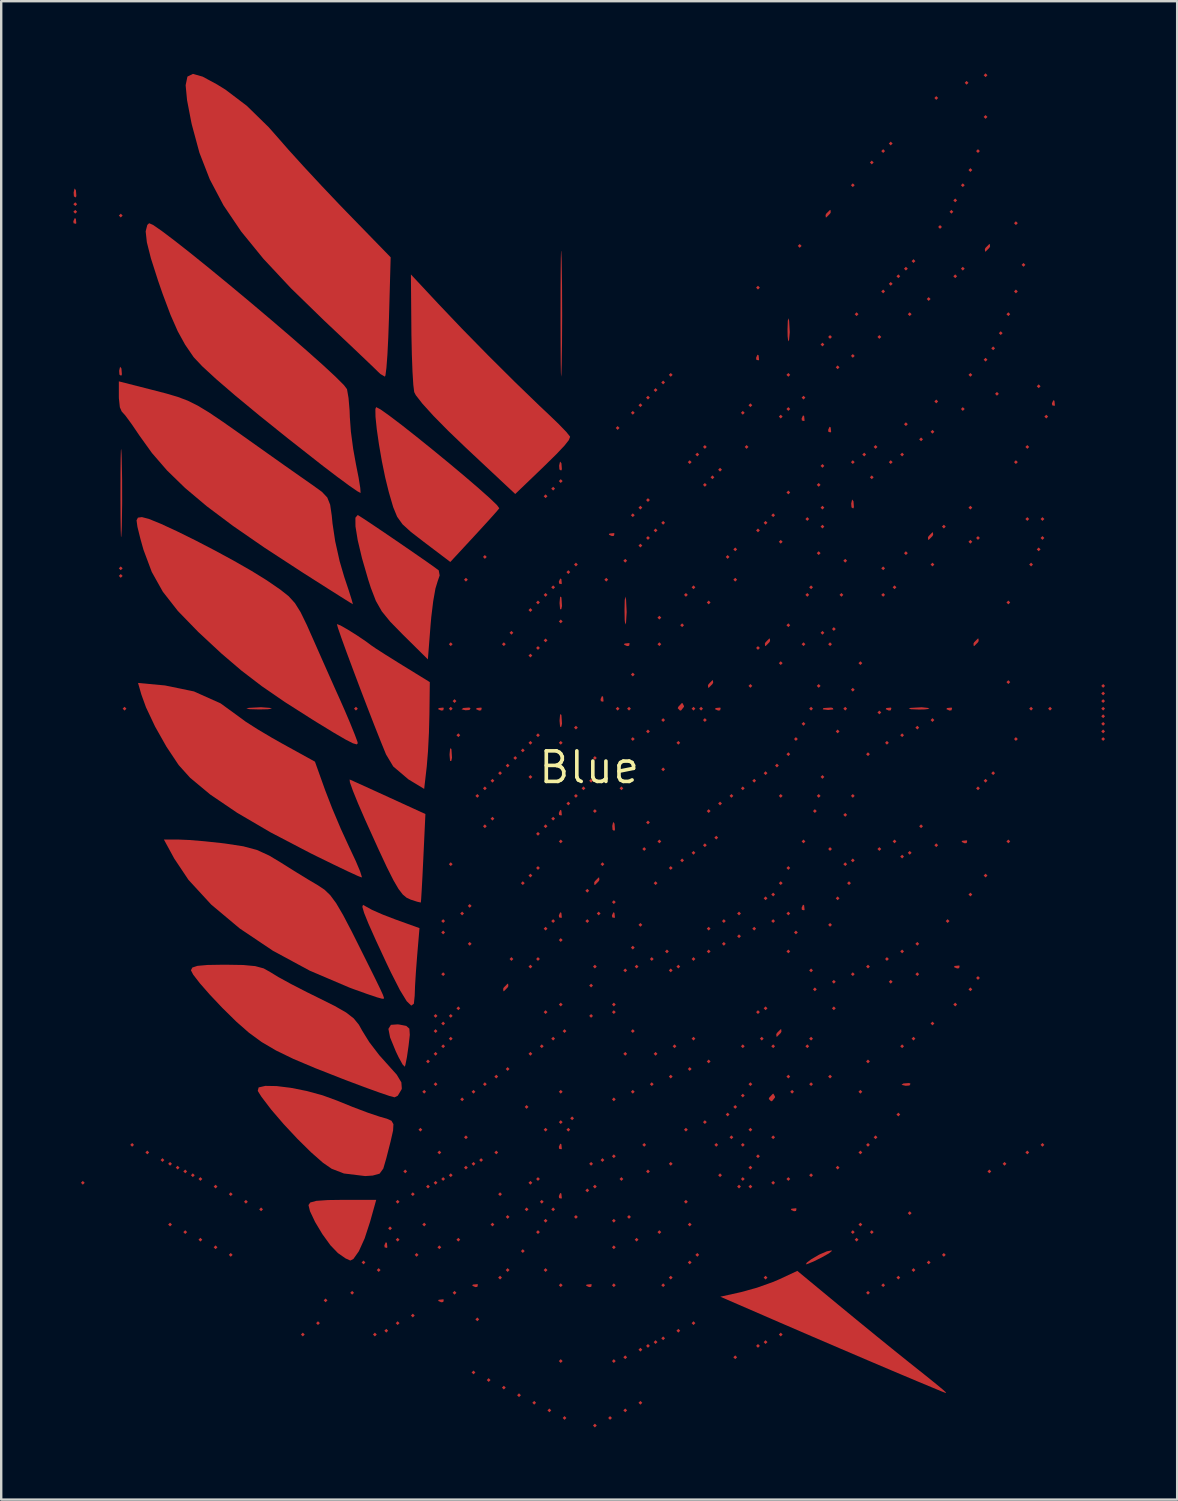
<source format=kicad_pcb>
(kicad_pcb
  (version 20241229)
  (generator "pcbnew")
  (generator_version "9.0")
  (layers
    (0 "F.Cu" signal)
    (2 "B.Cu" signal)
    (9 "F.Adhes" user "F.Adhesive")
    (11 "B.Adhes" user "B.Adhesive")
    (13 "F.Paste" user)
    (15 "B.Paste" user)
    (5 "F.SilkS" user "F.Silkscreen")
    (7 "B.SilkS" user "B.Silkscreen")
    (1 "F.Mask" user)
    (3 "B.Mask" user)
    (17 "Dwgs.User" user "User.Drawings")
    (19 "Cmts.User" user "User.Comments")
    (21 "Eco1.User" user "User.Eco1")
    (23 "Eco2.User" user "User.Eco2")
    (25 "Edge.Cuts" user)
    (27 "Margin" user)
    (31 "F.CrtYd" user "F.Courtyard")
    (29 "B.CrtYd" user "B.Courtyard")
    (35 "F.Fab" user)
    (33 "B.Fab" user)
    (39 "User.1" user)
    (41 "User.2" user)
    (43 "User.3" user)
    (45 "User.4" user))
  (footprint "Blue"
    (layer "F.Cu")
    (at 21.456 28.871)
    (property "Reference" "Blue" (at 0 0 0) (layer "F.SilkS") (effects (font (size 1.27 1.27) (thickness 0.15))))
    (attr board_only exclude_from_pos_files exclude_from_bom)
    (fp_poly (pts (xy -21.298 -23.428) (xy -21.377 -23.349) (xy -21.456 -23.428) (xy -21.377 -23.507)) (stroke (width 0) (type solid)) (fill yes) (layer "F.Cu"))
    (fp_poly (pts (xy -21.298 -23.112) (xy -21.377 -23.034) (xy -21.456 -23.112) (xy -21.377 -23.191)) (stroke (width 0) (type solid)) (fill yes) (layer "F.Cu"))
    (fp_poly (pts (xy -20.983 17.275) (xy -21.061 17.354) (xy -21.14 17.275) (xy -21.061 17.196)) (stroke (width 0) (type solid)) (fill yes) (layer "F.Cu"))
    (fp_poly (pts (xy -19.405 -22.955) (xy -19.484 -22.876) (xy -19.563 -22.955) (xy -19.484 -23.034)) (stroke (width 0) (type solid)) (fill yes) (layer "F.Cu"))
    (fp_poly (pts (xy -19.405 -8.283) (xy -19.484 -8.204) (xy -19.563 -8.283) (xy -19.484 -8.361)) (stroke (width 0) (type solid)) (fill yes) (layer "F.Cu"))
    (fp_poly (pts (xy -19.405 -7.967) (xy -19.484 -7.888) (xy -19.563 -7.967) (xy -19.484 -8.046)) (stroke (width 0) (type solid)) (fill yes) (layer "F.Cu"))
    (fp_poly (pts (xy -19.247 -2.445) (xy -19.326 -2.366) (xy -19.405 -2.445) (xy -19.326 -2.524)) (stroke (width 0) (type solid)) (fill yes) (layer "F.Cu"))
    (fp_poly (pts (xy -18.932 15.698) (xy -19.011 15.776) (xy -19.089 15.698) (xy -19.011 15.619)) (stroke (width 0) (type solid)) (fill yes) (layer "F.Cu"))
    (fp_poly (pts (xy -18.301 16.013) (xy -18.38 16.092) (xy -18.458 16.013) (xy -18.38 15.934)) (stroke (width 0) (type solid)) (fill yes) (layer "F.Cu"))
    (fp_poly (pts (xy -17.67 16.329) (xy -17.748 16.407) (xy -17.827 16.329) (xy -17.748 16.25)) (stroke (width 0) (type solid)) (fill yes) (layer "F.Cu"))
    (fp_poly (pts (xy -17.354 16.486) (xy -17.433 16.565) (xy -17.512 16.486) (xy -17.433 16.407)) (stroke (width 0) (type solid)) (fill yes) (layer "F.Cu"))
    (fp_poly (pts (xy -17.354 19.011) (xy -17.433 19.089) (xy -17.512 19.011) (xy -17.433 18.932)) (stroke (width 0) (type solid)) (fill yes) (layer "F.Cu"))
    (fp_poly (pts (xy -17.039 16.644) (xy -17.117 16.723) (xy -17.196 16.644) (xy -17.117 16.565)) (stroke (width 0) (type solid)) (fill yes) (layer "F.Cu"))
    (fp_poly (pts (xy -16.723 16.802) (xy -16.802 16.881) (xy -16.881 16.802) (xy -16.802 16.723)) (stroke (width 0) (type solid)) (fill yes) (layer "F.Cu"))
    (fp_poly (pts (xy -16.723 19.326) (xy -16.802 19.405) (xy -16.881 19.326) (xy -16.802 19.247)) (stroke (width 0) (type solid)) (fill yes) (layer "F.Cu"))
    (fp_poly (pts (xy -16.407 16.96) (xy -16.486 17.039) (xy -16.565 16.96) (xy -16.486 16.881)) (stroke (width 0) (type solid)) (fill yes) (layer "F.Cu"))
    (fp_poly (pts (xy -16.092 17.117) (xy -16.171 17.196) (xy -16.25 17.117) (xy -16.171 17.039)) (stroke (width 0) (type solid)) (fill yes) (layer "F.Cu"))
    (fp_poly (pts (xy -16.092 19.642) (xy -16.171 19.72) (xy -16.25 19.642) (xy -16.171 19.563)) (stroke (width 0) (type solid)) (fill yes) (layer "F.Cu"))
    (fp_poly (pts (xy -15.461 17.433) (xy -15.54 17.512) (xy -15.619 17.433) (xy -15.54 17.354)) (stroke (width 0) (type solid)) (fill yes) (layer "F.Cu"))
    (fp_poly (pts (xy -15.461 19.957) (xy -15.54 20.036) (xy -15.619 19.957) (xy -15.54 19.878)) (stroke (width 0) (type solid)) (fill yes) (layer "F.Cu"))
    (fp_poly (pts (xy -14.83 17.748) (xy -14.909 17.827) (xy -14.988 17.748) (xy -14.909 17.67)) (stroke (width 0) (type solid)) (fill yes) (layer "F.Cu"))
    (fp_poly (pts (xy -14.83 20.273) (xy -14.909 20.352) (xy -14.988 20.273) (xy -14.909 20.194)) (stroke (width 0) (type solid)) (fill yes) (layer "F.Cu"))
    (fp_poly (pts (xy -14.199 18.064) (xy -14.278 18.143) (xy -14.357 18.064) (xy -14.278 17.985)) (stroke (width 0) (type solid)) (fill yes) (layer "F.Cu"))
    (fp_poly (pts (xy -13.568 18.38) (xy -13.647 18.458) (xy -13.725 18.38) (xy -13.647 18.301)) (stroke (width 0) (type solid)) (fill yes) (layer "F.Cu"))
    (fp_poly (pts (xy -11.832 23.586) (xy -11.911 23.665) (xy -11.99 23.586) (xy -11.911 23.507)) (stroke (width 0) (type solid)) (fill yes) (layer "F.Cu"))
    (fp_poly (pts (xy -11.201 23.112) (xy -11.28 23.191) (xy -11.359 23.112) (xy -11.28 23.034)) (stroke (width 0) (type solid)) (fill yes) (layer "F.Cu"))
    (fp_poly (pts (xy -10.886 22.166) (xy -10.965 22.245) (xy -11.043 22.166) (xy -10.965 22.087)) (stroke (width 0) (type solid)) (fill yes) (layer "F.Cu"))
    (fp_poly (pts (xy -9.781 21.85) (xy -9.86 21.929) (xy -9.939 21.85) (xy -9.86 21.771)) (stroke (width 0) (type solid)) (fill yes) (layer "F.Cu"))
    (fp_poly (pts (xy -9.624 -2.445) (xy -9.702 -2.366) (xy -9.781 -2.445) (xy -9.702 -2.524)) (stroke (width 0) (type solid)) (fill yes) (layer "F.Cu"))
    (fp_poly (pts (xy -9.308 20.588) (xy -9.387 20.667) (xy -9.466 20.588) (xy -9.387 20.509)) (stroke (width 0) (type solid)) (fill yes) (layer "F.Cu"))
    (fp_poly (pts (xy -8.835 23.586) (xy -8.914 23.665) (xy -8.993 23.586) (xy -8.914 23.507)) (stroke (width 0) (type solid)) (fill yes) (layer "F.Cu"))
    (fp_poly (pts (xy -8.677 20.904) (xy -8.756 20.983) (xy -8.835 20.904) (xy -8.756 20.825)) (stroke (width 0) (type solid)) (fill yes) (layer "F.Cu"))
    (fp_poly (pts (xy -8.361 23.428) (xy -8.44 23.507) (xy -8.519 23.428) (xy -8.44 23.349)) (stroke (width 0) (type solid)) (fill yes) (layer "F.Cu"))
    (fp_poly (pts (xy -8.204 19.168) (xy -8.283 19.247) (xy -8.361 19.168) (xy -8.283 19.089)) (stroke (width 0) (type solid)) (fill yes) (layer "F.Cu"))
    (fp_poly (pts (xy -7.888 18.064) (xy -7.967 18.143) (xy -8.046 18.064) (xy -7.967 17.985)) (stroke (width 0) (type solid)) (fill yes) (layer "F.Cu"))
    (fp_poly (pts (xy -7.888 19.642) (xy -7.967 19.72) (xy -8.046 19.642) (xy -7.967 19.563)) (stroke (width 0) (type solid)) (fill yes) (layer "F.Cu"))
    (fp_poly (pts (xy -7.888 23.112) (xy -7.967 23.191) (xy -8.046 23.112) (xy -7.967 23.034)) (stroke (width 0) (type solid)) (fill yes) (layer "F.Cu"))
    (fp_poly (pts (xy -7.573 16.802) (xy -7.652 16.881) (xy -7.73 16.802) (xy -7.652 16.723)) (stroke (width 0) (type solid)) (fill yes) (layer "F.Cu"))
    (fp_poly (pts (xy -7.257 17.748) (xy -7.336 17.827) (xy -7.415 17.748) (xy -7.336 17.67)) (stroke (width 0) (type solid)) (fill yes) (layer "F.Cu"))
    (fp_poly (pts (xy -7.257 22.797) (xy -7.336 22.876) (xy -7.415 22.797) (xy -7.336 22.718)) (stroke (width 0) (type solid)) (fill yes) (layer "F.Cu"))
    (fp_poly (pts (xy -7.099 20.273) (xy -7.178 20.352) (xy -7.257 20.273) (xy -7.178 20.194)) (stroke (width 0) (type solid)) (fill yes) (layer "F.Cu"))
    (fp_poly (pts (xy -6.942 15.066) (xy -7.02 15.145) (xy -7.099 15.066) (xy -7.02 14.988)) (stroke (width 0) (type solid)) (fill yes) (layer "F.Cu"))
    (fp_poly (pts (xy -6.784 13.489) (xy -6.863 13.568) (xy -6.942 13.489) (xy -6.863 13.41)) (stroke (width 0) (type solid)) (fill yes) (layer "F.Cu"))
    (fp_poly (pts (xy -6.784 19.011) (xy -6.863 19.089) (xy -6.942 19.011) (xy -6.863 18.932)) (stroke (width 0) (type solid)) (fill yes) (layer "F.Cu"))
    (fp_poly (pts (xy -6.626 12.227) (xy -6.705 12.306) (xy -6.784 12.227) (xy -6.705 12.148)) (stroke (width 0) (type solid)) (fill yes) (layer "F.Cu"))
    (fp_poly (pts (xy -6.626 17.433) (xy -6.705 17.512) (xy -6.784 17.433) (xy -6.705 17.354)) (stroke (width 0) (type solid)) (fill yes) (layer "F.Cu"))
    (fp_poly (pts (xy -6.311 10.334) (xy -6.389 10.412) (xy -6.468 10.334) (xy -6.389 10.255)) (stroke (width 0) (type solid)) (fill yes) (layer "F.Cu"))
    (fp_poly (pts (xy -6.311 10.965) (xy -6.389 11.043) (xy -6.468 10.965) (xy -6.389 10.886)) (stroke (width 0) (type solid)) (fill yes) (layer "F.Cu"))
    (fp_poly (pts (xy -6.311 11.911) (xy -6.389 11.99) (xy -6.468 11.911) (xy -6.389 11.832)) (stroke (width 0) (type solid)) (fill yes) (layer "F.Cu"))
    (fp_poly (pts (xy -6.311 13.173) (xy -6.389 13.252) (xy -6.468 13.173) (xy -6.389 13.094)) (stroke (width 0) (type solid)) (fill yes) (layer "F.Cu"))
    (fp_poly (pts (xy -6.311 17.275) (xy -6.389 17.354) (xy -6.468 17.275) (xy -6.389 17.196)) (stroke (width 0) (type solid)) (fill yes) (layer "F.Cu"))
    (fp_poly (pts (xy -6.153 16.013) (xy -6.232 16.092) (xy -6.311 16.013) (xy -6.232 15.934)) (stroke (width 0) (type solid)) (fill yes) (layer "F.Cu"))
    (fp_poly (pts (xy -6.153 19.957) (xy -6.232 20.036) (xy -6.311 19.957) (xy -6.232 19.878)) (stroke (width 0) (type solid)) (fill yes) (layer "F.Cu"))
    (fp_poly (pts (xy -5.995 6.389) (xy -6.074 6.468) (xy -6.153 6.389) (xy -6.074 6.311)) (stroke (width 0) (type solid)) (fill yes) (layer "F.Cu"))
    (fp_poly (pts (xy -5.995 6.863) (xy -6.074 6.942) (xy -6.153 6.863) (xy -6.074 6.784)) (stroke (width 0) (type solid)) (fill yes) (layer "F.Cu"))
    (fp_poly (pts (xy -5.995 8.598) (xy -6.074 8.677) (xy -6.153 8.598) (xy -6.074 8.519)) (stroke (width 0) (type solid)) (fill yes) (layer "F.Cu"))
    (fp_poly (pts (xy -5.995 10.649) (xy -6.074 10.728) (xy -6.153 10.649) (xy -6.074 10.57)) (stroke (width 0) (type solid)) (fill yes) (layer "F.Cu"))
    (fp_poly (pts (xy -5.995 11.596) (xy -6.074 11.675) (xy -6.153 11.596) (xy -6.074 11.517)) (stroke (width 0) (type solid)) (fill yes) (layer "F.Cu"))
    (fp_poly (pts (xy -5.995 17.117) (xy -6.074 17.196) (xy -6.153 17.117) (xy -6.074 17.039)) (stroke (width 0) (type solid)) (fill yes) (layer "F.Cu"))
    (fp_poly (pts (xy -5.68 -5.127) (xy -5.758 -5.048) (xy -5.837 -5.127) (xy -5.758 -5.206)) (stroke (width 0) (type solid)) (fill yes) (layer "F.Cu"))
    (fp_poly (pts (xy -5.68 -2.445) (xy -5.758 -2.366) (xy -5.837 -2.445) (xy -5.758 -2.524)) (stroke (width 0) (type solid)) (fill yes) (layer "F.Cu"))
    (fp_poly (pts (xy -5.68 4.023) (xy -5.758 4.102) (xy -5.837 4.023) (xy -5.758 3.944)) (stroke (width 0) (type solid)) (fill yes) (layer "F.Cu"))
    (fp_poly (pts (xy -5.68 10.334) (xy -5.758 10.412) (xy -5.837 10.334) (xy -5.758 10.255)) (stroke (width 0) (type solid)) (fill yes) (layer "F.Cu"))
    (fp_poly (pts (xy -5.68 11.28) (xy -5.758 11.359) (xy -5.837 11.28) (xy -5.758 11.201)) (stroke (width 0) (type solid)) (fill yes) (layer "F.Cu"))
    (fp_poly (pts (xy -5.68 16.96) (xy -5.758 17.039) (xy -5.837 16.96) (xy -5.758 16.881)) (stroke (width 0) (type solid)) (fill yes) (layer "F.Cu"))
    (fp_poly (pts (xy -5.522 -2.761) (xy -5.601 -2.682) (xy -5.68 -2.761) (xy -5.601 -2.84)) (stroke (width 0) (type solid)) (fill yes) (layer "F.Cu"))
    (fp_poly (pts (xy -5.522 21.85) (xy -5.601 21.929) (xy -5.68 21.85) (xy -5.601 21.771)) (stroke (width 0) (type solid)) (fill yes) (layer "F.Cu"))
    (fp_poly (pts (xy -5.364 -1.341) (xy -5.443 -1.262) (xy -5.522 -1.341) (xy -5.443 -1.42)) (stroke (width 0) (type solid)) (fill yes) (layer "F.Cu"))
    (fp_poly (pts (xy -5.364 10.018) (xy -5.443 10.097) (xy -5.522 10.018) (xy -5.443 9.939)) (stroke (width 0) (type solid)) (fill yes) (layer "F.Cu"))
    (fp_poly (pts (xy -5.364 19.642) (xy -5.443 19.72) (xy -5.522 19.642) (xy -5.443 19.563)) (stroke (width 0) (type solid)) (fill yes) (layer "F.Cu"))
    (fp_poly (pts (xy -5.206 6.074) (xy -5.285 6.153) (xy -5.364 6.074) (xy -5.285 5.995)) (stroke (width 0) (type solid)) (fill yes) (layer "F.Cu"))
    (fp_poly (pts (xy -5.206 13.804) (xy -5.285 13.883) (xy -5.364 13.804) (xy -5.285 13.725)) (stroke (width 0) (type solid)) (fill yes) (layer "F.Cu"))
    (fp_poly (pts (xy -5.048 -7.809) (xy -5.127 -7.73) (xy -5.206 -7.809) (xy -5.127 -7.888)) (stroke (width 0) (type solid)) (fill yes) (layer "F.Cu"))
    (fp_poly (pts (xy -5.048 15.382) (xy -5.127 15.461) (xy -5.206 15.382) (xy -5.127 15.303)) (stroke (width 0) (type solid)) (fill yes) (layer "F.Cu"))
    (fp_poly (pts (xy -5.048 16.644) (xy -5.127 16.723) (xy -5.206 16.644) (xy -5.127 16.565)) (stroke (width 0) (type solid)) (fill yes) (layer "F.Cu"))
    (fp_poly (pts (xy -4.891 5.758) (xy -4.97 5.837) (xy -5.048 5.758) (xy -4.97 5.68)) (stroke (width 0) (type solid)) (fill yes) (layer "F.Cu"))
    (fp_poly (pts (xy -4.891 7.336) (xy -4.97 7.415) (xy -5.048 7.336) (xy -4.97 7.257)) (stroke (width 0) (type solid)) (fill yes) (layer "F.Cu"))
    (fp_poly (pts (xy -4.733 13.489) (xy -4.812 13.568) (xy -4.891 13.489) (xy -4.812 13.41)) (stroke (width 0) (type solid)) (fill yes) (layer "F.Cu"))
    (fp_poly (pts (xy -4.733 16.486) (xy -4.812 16.565) (xy -4.891 16.486) (xy -4.812 16.407)) (stroke (width 0) (type solid)) (fill yes) (layer "F.Cu"))
    (fp_poly (pts (xy -4.733 25.163) (xy -4.812 25.242) (xy -4.891 25.163) (xy -4.812 25.084)) (stroke (width 0) (type solid)) (fill yes) (layer "F.Cu"))
    (fp_poly (pts (xy -4.575 1.183) (xy -4.654 1.262) (xy -4.733 1.183) (xy -4.654 1.104)) (stroke (width 0) (type solid)) (fill yes) (layer "F.Cu"))
    (fp_poly (pts (xy -4.575 22.955) (xy -4.654 23.034) (xy -4.733 22.955) (xy -4.654 22.876)) (stroke (width 0) (type solid)) (fill yes) (layer "F.Cu"))
    (fp_poly (pts (xy -4.417 16.329) (xy -4.496 16.407) (xy -4.575 16.329) (xy -4.496 16.25)) (stroke (width 0) (type solid)) (fill yes) (layer "F.Cu"))
    (fp_poly (pts (xy -4.26 -8.756) (xy -4.339 -8.677) (xy -4.417 -8.756) (xy -4.339 -8.835)) (stroke (width 0) (type solid)) (fill yes) (layer "F.Cu"))
    (fp_poly (pts (xy -4.26 0.868) (xy -4.339 0.947) (xy -4.417 0.868) (xy -4.339 0.789)) (stroke (width 0) (type solid)) (fill yes) (layer "F.Cu"))
    (fp_poly (pts (xy -4.26 2.445) (xy -4.339 2.524) (xy -4.417 2.445) (xy -4.339 2.366)) (stroke (width 0) (type solid)) (fill yes) (layer "F.Cu"))
    (fp_poly (pts (xy -4.26 13.173) (xy -4.339 13.252) (xy -4.417 13.173) (xy -4.339 13.094)) (stroke (width 0) (type solid)) (fill yes) (layer "F.Cu"))
    (fp_poly (pts (xy -4.102 25.479) (xy -4.181 25.558) (xy -4.26 25.479) (xy -4.181 25.4)) (stroke (width 0) (type solid)) (fill yes) (layer "F.Cu"))
    (fp_poly (pts (xy -3.944 0.552) (xy -4.023 0.631) (xy -4.102 0.552) (xy -4.023 0.473)) (stroke (width 0) (type solid)) (fill yes) (layer "F.Cu"))
    (fp_poly (pts (xy -3.944 2.13) (xy -4.023 2.209) (xy -4.102 2.13) (xy -4.023 2.051)) (stroke (width 0) (type solid)) (fill yes) (layer "F.Cu"))
    (fp_poly (pts (xy -3.944 19.011) (xy -4.023 19.089) (xy -4.102 19.011) (xy -4.023 18.932)) (stroke (width 0) (type solid)) (fill yes) (layer "F.Cu"))
    (fp_poly (pts (xy -3.786 12.858) (xy -3.865 12.937) (xy -3.944 12.858) (xy -3.865 12.779)) (stroke (width 0) (type solid)) (fill yes) (layer "F.Cu"))
    (fp_poly (pts (xy -3.786 16.013) (xy -3.865 16.092) (xy -3.944 16.013) (xy -3.865 15.934)) (stroke (width 0) (type solid)) (fill yes) (layer "F.Cu"))
    (fp_poly (pts (xy -3.629 0.237) (xy -3.707 0.316) (xy -3.786 0.237) (xy -3.707 0.158)) (stroke (width 0) (type solid)) (fill yes) (layer "F.Cu"))
    (fp_poly (pts (xy -3.629 17.748) (xy -3.707 17.827) (xy -3.786 17.748) (xy -3.707 17.67)) (stroke (width 0) (type solid)) (fill yes) (layer "F.Cu"))
    (fp_poly (pts (xy -3.629 21.219) (xy -3.707 21.298) (xy -3.786 21.219) (xy -3.707 21.14)) (stroke (width 0) (type solid)) (fill yes) (layer "F.Cu"))
    (fp_poly (pts (xy -3.471 -5.127) (xy -3.55 -5.048) (xy -3.629 -5.127) (xy -3.55 -5.206)) (stroke (width 0) (type solid)) (fill yes) (layer "F.Cu"))
    (fp_poly (pts (xy -3.471 25.794) (xy -3.55 25.873) (xy -3.629 25.794) (xy -3.55 25.716)) (stroke (width 0) (type solid)) (fill yes) (layer "F.Cu"))
    (fp_poly (pts (xy -3.313 -0.079) (xy -3.392 0) (xy -3.471 -0.079) (xy -3.392 -0.158)) (stroke (width 0) (type solid)) (fill yes) (layer "F.Cu"))
    (fp_poly (pts (xy -3.313 12.542) (xy -3.392 12.621) (xy -3.471 12.542) (xy -3.392 12.463)) (stroke (width 0) (type solid)) (fill yes) (layer "F.Cu"))
    (fp_poly (pts (xy -3.313 18.695) (xy -3.392 18.774) (xy -3.471 18.695) (xy -3.392 18.616)) (stroke (width 0) (type solid)) (fill yes) (layer "F.Cu"))
    (fp_poly (pts (xy -3.313 20.904) (xy -3.392 20.983) (xy -3.471 20.904) (xy -3.392 20.825)) (stroke (width 0) (type solid)) (fill yes) (layer "F.Cu"))
    (fp_poly (pts (xy -3.155 -5.601) (xy -3.234 -5.522) (xy -3.313 -5.601) (xy -3.234 -5.68)) (stroke (width 0) (type solid)) (fill yes) (layer "F.Cu"))
    (fp_poly (pts (xy -3.155 7.967) (xy -3.234 8.046) (xy -3.313 7.967) (xy -3.234 7.888)) (stroke (width 0) (type solid)) (fill yes) (layer "F.Cu"))
    (fp_poly (pts (xy -2.998 -0.394) (xy -3.076 -0.316) (xy -3.155 -0.394) (xy -3.076 -0.473)) (stroke (width 0) (type solid)) (fill yes) (layer "F.Cu"))
    (fp_poly (pts (xy -2.84 26.11) (xy -2.919 26.189) (xy -2.998 26.11) (xy -2.919 26.031)) (stroke (width 0) (type solid)) (fill yes) (layer "F.Cu"))
    (fp_poly (pts (xy -2.682 -0.71) (xy -2.761 -0.631) (xy -2.84 -0.71) (xy -2.761 -0.789)) (stroke (width 0) (type solid)) (fill yes) (layer "F.Cu"))
    (fp_poly (pts (xy -2.682 4.812) (xy -2.761 4.891) (xy -2.84 4.812) (xy -2.761 4.733)) (stroke (width 0) (type solid)) (fill yes) (layer "F.Cu"))
    (fp_poly (pts (xy -2.682 20.115) (xy -2.761 20.194) (xy -2.84 20.115) (xy -2.761 20.036)) (stroke (width 0) (type solid)) (fill yes) (layer "F.Cu"))
    (fp_poly (pts (xy -2.524 14.12) (xy -2.603 14.199) (xy -2.682 14.12) (xy -2.603 14.041)) (stroke (width 0) (type solid)) (fill yes) (layer "F.Cu"))
    (fp_poly (pts (xy -2.524 18.38) (xy -2.603 18.458) (xy -2.682 18.38) (xy -2.603 18.301)) (stroke (width 0) (type solid)) (fill yes) (layer "F.Cu"))
    (fp_poly (pts (xy -2.366 -6.547) (xy -2.445 -6.468) (xy -2.524 -6.547) (xy -2.445 -6.626)) (stroke (width 0) (type solid)) (fill yes) (layer "F.Cu"))
    (fp_poly (pts (xy -2.366 -4.654) (xy -2.445 -4.575) (xy -2.524 -4.654) (xy -2.445 -4.733)) (stroke (width 0) (type solid)) (fill yes) (layer "F.Cu"))
    (fp_poly (pts (xy -2.366 -1.025) (xy -2.445 -0.947) (xy -2.524 -1.025) (xy -2.445 -1.104)) (stroke (width 0) (type solid)) (fill yes) (layer "F.Cu"))
    (fp_poly (pts (xy -2.366 0.394) (xy -2.445 0.473) (xy -2.524 0.394) (xy -2.445 0.316)) (stroke (width 0) (type solid)) (fill yes) (layer "F.Cu"))
    (fp_poly (pts (xy -2.366 4.496) (xy -2.445 4.575) (xy -2.524 4.496) (xy -2.445 4.417)) (stroke (width 0) (type solid)) (fill yes) (layer "F.Cu"))
    (fp_poly (pts (xy -2.366 8.283) (xy -2.445 8.361) (xy -2.524 8.283) (xy -2.445 8.204)) (stroke (width 0) (type solid)) (fill yes) (layer "F.Cu"))
    (fp_poly (pts (xy -2.366 11.911) (xy -2.445 11.99) (xy -2.524 11.911) (xy -2.445 11.832)) (stroke (width 0) (type solid)) (fill yes) (layer "F.Cu"))
    (fp_poly (pts (xy -2.366 17.275) (xy -2.445 17.354) (xy -2.524 17.275) (xy -2.445 17.196)) (stroke (width 0) (type solid)) (fill yes) (layer "F.Cu"))
    (fp_poly (pts (xy -2.209 26.425) (xy -2.288 26.504) (xy -2.366 26.425) (xy -2.288 26.347)) (stroke (width 0) (type solid)) (fill yes) (layer "F.Cu"))
    (fp_poly (pts (xy -2.051 -6.863) (xy -2.13 -6.784) (xy -2.209 -6.863) (xy -2.13 -6.942)) (stroke (width 0) (type solid)) (fill yes) (layer "F.Cu"))
    (fp_poly (pts (xy -2.051 -4.97) (xy -2.13 -4.891) (xy -2.209 -4.97) (xy -2.13 -5.048)) (stroke (width 0) (type solid)) (fill yes) (layer "F.Cu"))
    (fp_poly (pts (xy -2.051 -1.341) (xy -2.13 -1.262) (xy -2.209 -1.341) (xy -2.13 -1.42)) (stroke (width 0) (type solid)) (fill yes) (layer "F.Cu"))
    (fp_poly (pts (xy -2.051 2.761) (xy -2.13 2.84) (xy -2.209 2.761) (xy -2.13 2.682)) (stroke (width 0) (type solid)) (fill yes) (layer "F.Cu"))
    (fp_poly (pts (xy -2.051 4.181) (xy -2.13 4.26) (xy -2.209 4.181) (xy -2.13 4.102)) (stroke (width 0) (type solid)) (fill yes) (layer "F.Cu"))
    (fp_poly (pts (xy -2.051 7.967) (xy -2.13 8.046) (xy -2.209 7.967) (xy -2.13 7.888)) (stroke (width 0) (type solid)) (fill yes) (layer "F.Cu"))
    (fp_poly (pts (xy -2.051 17.117) (xy -2.13 17.196) (xy -2.209 17.117) (xy -2.13 17.039)) (stroke (width 0) (type solid)) (fill yes) (layer "F.Cu"))
    (fp_poly (pts (xy -2.051 19.326) (xy -2.13 19.405) (xy -2.209 19.326) (xy -2.13 19.247)) (stroke (width 0) (type solid)) (fill yes) (layer "F.Cu"))
    (fp_poly (pts (xy -1.893 11.596) (xy -1.972 11.675) (xy -2.051 11.596) (xy -1.972 11.517)) (stroke (width 0) (type solid)) (fill yes) (layer "F.Cu"))
    (fp_poly (pts (xy -1.893 18.064) (xy -1.972 18.143) (xy -2.051 18.064) (xy -1.972 17.985)) (stroke (width 0) (type solid)) (fill yes) (layer "F.Cu"))
    (fp_poly (pts (xy -1.735 -11.28) (xy -1.814 -11.201) (xy -1.893 -11.28) (xy -1.814 -11.359)) (stroke (width 0) (type solid)) (fill yes) (layer "F.Cu"))
    (fp_poly (pts (xy -1.735 -7.178) (xy -1.814 -7.099) (xy -1.893 -7.178) (xy -1.814 -7.257)) (stroke (width 0) (type solid)) (fill yes) (layer "F.Cu"))
    (fp_poly (pts (xy -1.735 -5.285) (xy -1.814 -5.206) (xy -1.893 -5.285) (xy -1.814 -5.364)) (stroke (width 0) (type solid)) (fill yes) (layer "F.Cu"))
    (fp_poly (pts (xy -1.735 2.445) (xy -1.814 2.524) (xy -1.893 2.445) (xy -1.814 2.366)) (stroke (width 0) (type solid)) (fill yes) (layer "F.Cu"))
    (fp_poly (pts (xy -1.735 6.705) (xy -1.814 6.784) (xy -1.893 6.705) (xy -1.814 6.626)) (stroke (width 0) (type solid)) (fill yes) (layer "F.Cu"))
    (fp_poly (pts (xy -1.735 10.176) (xy -1.814 10.255) (xy -1.893 10.176) (xy -1.814 10.097)) (stroke (width 0) (type solid)) (fill yes) (layer "F.Cu"))
    (fp_poly (pts (xy -1.735 15.066) (xy -1.814 15.145) (xy -1.893 15.066) (xy -1.814 14.988)) (stroke (width 0) (type solid)) (fill yes) (layer "F.Cu"))
    (fp_poly (pts (xy -1.735 18.853) (xy -1.814 18.932) (xy -1.893 18.853) (xy -1.814 18.774)) (stroke (width 0) (type solid)) (fill yes) (layer "F.Cu"))
    (fp_poly (pts (xy -1.735 20.904) (xy -1.814 20.983) (xy -1.893 20.904) (xy -1.814 20.825)) (stroke (width 0) (type solid)) (fill yes) (layer "F.Cu"))
    (fp_poly (pts (xy -1.578 26.741) (xy -1.657 26.82) (xy -1.735 26.741) (xy -1.657 26.662)) (stroke (width 0) (type solid)) (fill yes) (layer "F.Cu"))
    (fp_poly (pts (xy -1.42 -11.596) (xy -1.499 -11.517) (xy -1.578 -11.596) (xy -1.499 -11.675)) (stroke (width 0) (type solid)) (fill yes) (layer "F.Cu"))
    (fp_poly (pts (xy -1.42 -7.494) (xy -1.499 -7.415) (xy -1.578 -7.494) (xy -1.499 -7.573)) (stroke (width 0) (type solid)) (fill yes) (layer "F.Cu"))
    (fp_poly (pts (xy -1.42 2.13) (xy -1.499 2.209) (xy -1.578 2.13) (xy -1.499 2.051)) (stroke (width 0) (type solid)) (fill yes) (layer "F.Cu"))
    (fp_poly (pts (xy -1.42 6.389) (xy -1.499 6.468) (xy -1.578 6.389) (xy -1.499 6.311)) (stroke (width 0) (type solid)) (fill yes) (layer "F.Cu"))
    (fp_poly (pts (xy -1.42 11.28) (xy -1.499 11.359) (xy -1.578 11.28) (xy -1.499 11.201)) (stroke (width 0) (type solid)) (fill yes) (layer "F.Cu"))
    (fp_poly (pts (xy -1.42 18.38) (xy -1.499 18.458) (xy -1.578 18.38) (xy -1.499 18.301)) (stroke (width 0) (type solid)) (fill yes) (layer "F.Cu"))
    (fp_poly (pts (xy -1.104 -11.911) (xy -1.183 -11.832) (xy -1.262 -11.911) (xy -1.183 -11.99)) (stroke (width 0) (type solid)) (fill yes) (layer "F.Cu"))
    (fp_poly (pts (xy -1.104 -6.074) (xy -1.183 -5.995) (xy -1.262 -6.074) (xy -1.183 -6.153)) (stroke (width 0) (type solid)) (fill yes) (layer "F.Cu"))
    (fp_poly (pts (xy -1.104 -1.025) (xy -1.183 -0.947) (xy -1.262 -1.025) (xy -1.183 -1.104)) (stroke (width 0) (type solid)) (fill yes) (layer "F.Cu"))
    (fp_poly (pts (xy -1.104 3.076) (xy -1.183 3.155) (xy -1.262 3.076) (xy -1.183 2.998)) (stroke (width 0) (type solid)) (fill yes) (layer "F.Cu"))
    (fp_poly (pts (xy -1.104 7.178) (xy -1.183 7.257) (xy -1.262 7.178) (xy -1.183 7.099)) (stroke (width 0) (type solid)) (fill yes) (layer "F.Cu"))
    (fp_poly (pts (xy -1.104 9.86) (xy -1.183 9.939) (xy -1.262 9.86) (xy -1.183 9.781)) (stroke (width 0) (type solid)) (fill yes) (layer "F.Cu"))
    (fp_poly (pts (xy -1.104 13.489) (xy -1.183 13.568) (xy -1.262 13.489) (xy -1.183 13.41)) (stroke (width 0) (type solid)) (fill yes) (layer "F.Cu"))
    (fp_poly (pts (xy -1.104 14.751) (xy -1.183 14.83) (xy -1.262 14.751) (xy -1.183 14.672)) (stroke (width 0) (type solid)) (fill yes) (layer "F.Cu"))
    (fp_poly (pts (xy -1.104 21.535) (xy -1.183 21.614) (xy -1.262 21.535) (xy -1.183 21.456)) (stroke (width 0) (type solid)) (fill yes) (layer "F.Cu"))
    (fp_poly (pts (xy -1.104 24.69) (xy -1.183 24.769) (xy -1.262 24.69) (xy -1.183 24.611)) (stroke (width 0) (type solid)) (fill yes) (layer "F.Cu"))
    (fp_poly (pts (xy -0.947 10.965) (xy -1.025 11.043) (xy -1.104 10.965) (xy -1.025 10.886)) (stroke (width 0) (type solid)) (fill yes) (layer "F.Cu"))
    (fp_poly (pts (xy -0.947 27.057) (xy -1.025 27.135) (xy -1.104 27.057) (xy -1.025 26.978)) (stroke (width 0) (type solid)) (fill yes) (layer "F.Cu"))
    (fp_poly (pts (xy -0.789 -8.125) (xy -0.868 -8.046) (xy -0.947 -8.125) (xy -0.868 -8.204)) (stroke (width 0) (type solid)) (fill yes) (layer "F.Cu"))
    (fp_poly (pts (xy -0.789 1.499) (xy -0.868 1.578) (xy -0.947 1.499) (xy -0.868 1.42)) (stroke (width 0) (type solid)) (fill yes) (layer "F.Cu"))
    (fp_poly (pts (xy -0.789 15.066) (xy -0.868 15.145) (xy -0.947 15.066) (xy -0.868 14.988)) (stroke (width 0) (type solid)) (fill yes) (layer "F.Cu"))
    (fp_poly (pts (xy -0.631 14.593) (xy -0.71 14.672) (xy -0.789 14.593) (xy -0.71 14.514)) (stroke (width 0) (type solid)) (fill yes) (layer "F.Cu"))
    (fp_poly (pts (xy -0.473 -8.44) (xy -0.552 -8.361) (xy -0.631 -8.44) (xy -0.552 -8.519)) (stroke (width 0) (type solid)) (fill yes) (layer "F.Cu"))
    (fp_poly (pts (xy -0.473 -1.657) (xy -0.552 -1.578) (xy -0.631 -1.657) (xy -0.552 -1.735)) (stroke (width 0) (type solid)) (fill yes) (layer "F.Cu"))
    (fp_poly (pts (xy -0.473 1.183) (xy -0.552 1.262) (xy -0.631 1.183) (xy -0.552 1.104)) (stroke (width 0) (type solid)) (fill yes) (layer "F.Cu"))
    (fp_poly (pts (xy -0.473 18.695) (xy -0.552 18.774) (xy -0.631 18.695) (xy -0.552 18.616)) (stroke (width 0) (type solid)) (fill yes) (layer "F.Cu"))
    (fp_poly (pts (xy -0.158 0.868) (xy -0.237 0.947) (xy -0.316 0.868) (xy -0.237 0.789)) (stroke (width 0) (type solid)) (fill yes) (layer "F.Cu"))
    (fp_poly (pts (xy 0 5.127) (xy -0.079 5.206) (xy -0.158 5.127) (xy -0.079 5.048)) (stroke (width 0) (type solid)) (fill yes) (layer "F.Cu"))
    (fp_poly (pts (xy 0 6.389) (xy -0.079 6.468) (xy -0.158 6.389) (xy -0.079 6.311)) (stroke (width 0) (type solid)) (fill yes) (layer "F.Cu"))
    (fp_poly (pts (xy 0 17.591) (xy -0.079 17.67) (xy -0.158 17.591) (xy -0.079 17.512)) (stroke (width 0) (type solid)) (fill yes) (layer "F.Cu"))
    (fp_poly (pts (xy 0.158 0.552) (xy 0.079 0.631) (xy 0 0.552) (xy 0.079 0.473)) (stroke (width 0) (type solid)) (fill yes) (layer "F.Cu"))
    (fp_poly (pts (xy 0.158 9.071) (xy 0.079 9.15) (xy 0 9.071) (xy 0.079 8.993)) (stroke (width 0) (type solid)) (fill yes) (layer "F.Cu"))
    (fp_poly (pts (xy 0.158 10.334) (xy 0.079 10.412) (xy 0 10.334) (xy 0.079 10.255)) (stroke (width 0) (type solid)) (fill yes) (layer "F.Cu"))
    (fp_poly (pts (xy 0.158 16.486) (xy 0.079 16.565) (xy 0 16.486) (xy 0.079 16.407)) (stroke (width 0) (type solid)) (fill yes) (layer "F.Cu"))
    (fp_poly (pts (xy 0.316 -0.394) (xy 0.237 -0.316) (xy 0.158 -0.394) (xy 0.237 -0.473)) (stroke (width 0) (type solid)) (fill yes) (layer "F.Cu"))
    (fp_poly (pts (xy 0.316 1.814) (xy 0.237 1.893) (xy 0.158 1.814) (xy 0.237 1.735)) (stroke (width 0) (type solid)) (fill yes) (layer "F.Cu"))
    (fp_poly (pts (xy 0.316 8.283) (xy 0.237 8.361) (xy 0.158 8.283) (xy 0.237 8.204)) (stroke (width 0) (type solid)) (fill yes) (layer "F.Cu"))
    (fp_poly (pts (xy 0.316 17.433) (xy 0.237 17.512) (xy 0.158 17.433) (xy 0.237 17.354)) (stroke (width 0) (type solid)) (fill yes) (layer "F.Cu"))
    (fp_poly (pts (xy 0.316 27.372) (xy 0.237 27.451) (xy 0.158 27.372) (xy 0.237 27.293)) (stroke (width 0) (type solid)) (fill yes) (layer "F.Cu"))
    (fp_poly (pts (xy 0.473 6.074) (xy 0.394 6.153) (xy 0.316 6.074) (xy 0.394 5.995)) (stroke (width 0) (type solid)) (fill yes) (layer "F.Cu"))
    (fp_poly (pts (xy 0.631 4.023) (xy 0.552 4.102) (xy 0.473 4.023) (xy 0.552 3.944)) (stroke (width 0) (type solid)) (fill yes) (layer "F.Cu"))
    (fp_poly (pts (xy 0.631 16.329) (xy 0.552 16.407) (xy 0.473 16.329) (xy 0.552 16.25)) (stroke (width 0) (type solid)) (fill yes) (layer "F.Cu"))
    (fp_poly (pts (xy 0.789 -7.809) (xy 0.71 -7.73) (xy 0.631 -7.809) (xy 0.71 -7.888)) (stroke (width 0) (type solid)) (fill yes) (layer "F.Cu"))
    (fp_poly (pts (xy 0.947 27.057) (xy 0.868 27.135) (xy 0.789 27.057) (xy 0.868 26.978)) (stroke (width 0) (type solid)) (fill yes) (layer "F.Cu"))
    (fp_poly (pts (xy 1.104 5.601) (xy 1.025 5.68) (xy 0.947 5.601) (xy 1.025 5.522)) (stroke (width 0) (type solid)) (fill yes) (layer "F.Cu"))
    (fp_poly (pts (xy 1.104 9.86) (xy 1.025 9.939) (xy 0.947 9.86) (xy 1.025 9.781)) (stroke (width 0) (type solid)) (fill yes) (layer "F.Cu"))
    (fp_poly (pts (xy 1.104 10.176) (xy 1.025 10.255) (xy 0.947 10.176) (xy 1.025 10.097)) (stroke (width 0) (type solid)) (fill yes) (layer "F.Cu"))
    (fp_poly (pts (xy 1.104 13.804) (xy 1.025 13.883) (xy 0.947 13.804) (xy 1.025 13.725)) (stroke (width 0) (type solid)) (fill yes) (layer "F.Cu"))
    (fp_poly (pts (xy 1.104 16.171) (xy 1.025 16.25) (xy 0.947 16.171) (xy 1.025 16.092)) (stroke (width 0) (type solid)) (fill yes) (layer "F.Cu"))
    (fp_poly (pts (xy 1.104 18.853) (xy 1.025 18.932) (xy 0.947 18.853) (xy 1.025 18.774)) (stroke (width 0) (type solid)) (fill yes) (layer "F.Cu"))
    (fp_poly (pts (xy 1.104 19.957) (xy 1.025 20.036) (xy 0.947 19.957) (xy 1.025 19.878)) (stroke (width 0) (type solid)) (fill yes) (layer "F.Cu"))
    (fp_poly (pts (xy 1.104 21.535) (xy 1.025 21.614) (xy 0.947 21.535) (xy 1.025 21.456)) (stroke (width 0) (type solid)) (fill yes) (layer "F.Cu"))
    (fp_poly (pts (xy 1.104 24.69) (xy 1.025 24.769) (xy 0.947 24.69) (xy 1.025 24.611)) (stroke (width 0) (type solid)) (fill yes) (layer "F.Cu"))
    (fp_poly (pts (xy 1.262 -14.12) (xy 1.183 -14.041) (xy 1.104 -14.12) (xy 1.183 -14.199)) (stroke (width 0) (type solid)) (fill yes) (layer "F.Cu"))
    (fp_poly (pts (xy 1.262 -2.445) (xy 1.183 -2.366) (xy 1.104 -2.445) (xy 1.183 -2.524)) (stroke (width 0) (type solid)) (fill yes) (layer "F.Cu"))
    (fp_poly (pts (xy 1.42 0.868) (xy 1.341 0.947) (xy 1.262 0.868) (xy 1.341 0.789)) (stroke (width 0) (type solid)) (fill yes) (layer "F.Cu"))
    (fp_poly (pts (xy 1.42 17.117) (xy 1.341 17.196) (xy 1.262 17.117) (xy 1.341 17.039)) (stroke (width 0) (type solid)) (fill yes) (layer "F.Cu"))
    (fp_poly (pts (xy 1.578 -8.598) (xy 1.499 -8.519) (xy 1.42 -8.598) (xy 1.499 -8.677)) (stroke (width 0) (type solid)) (fill yes) (layer "F.Cu"))
    (fp_poly (pts (xy 1.578 8.44) (xy 1.499 8.519) (xy 1.42 8.44) (xy 1.499 8.361)) (stroke (width 0) (type solid)) (fill yes) (layer "F.Cu"))
    (fp_poly (pts (xy 1.578 11.911) (xy 1.499 11.99) (xy 1.42 11.911) (xy 1.499 11.832)) (stroke (width 0) (type solid)) (fill yes) (layer "F.Cu"))
    (fp_poly (pts (xy 1.578 24.532) (xy 1.499 24.611) (xy 1.42 24.532) (xy 1.499 24.453)) (stroke (width 0) (type solid)) (fill yes) (layer "F.Cu"))
    (fp_poly (pts (xy 1.578 26.741) (xy 1.499 26.82) (xy 1.42 26.741) (xy 1.499 26.662)) (stroke (width 0) (type solid)) (fill yes) (layer "F.Cu"))
    (fp_poly (pts (xy 1.735 -2.445) (xy 1.657 -2.366) (xy 1.578 -2.445) (xy 1.657 -2.524)) (stroke (width 0) (type solid)) (fill yes) (layer "F.Cu"))
    (fp_poly (pts (xy 1.735 18.695) (xy 1.657 18.774) (xy 1.578 18.695) (xy 1.657 18.616)) (stroke (width 0) (type solid)) (fill yes) (layer "F.Cu"))
    (fp_poly (pts (xy 1.893 -14.751) (xy 1.814 -14.672) (xy 1.735 -14.751) (xy 1.814 -14.83)) (stroke (width 0) (type solid)) (fill yes) (layer "F.Cu"))
    (fp_poly (pts (xy 1.893 -10.491) (xy 1.814 -10.412) (xy 1.735 -10.491) (xy 1.814 -10.57)) (stroke (width 0) (type solid)) (fill yes) (layer "F.Cu"))
    (fp_poly (pts (xy 1.893 -3.865) (xy 1.814 -3.786) (xy 1.735 -3.865) (xy 1.814 -3.944)) (stroke (width 0) (type solid)) (fill yes) (layer "F.Cu"))
    (fp_poly (pts (xy 1.893 -1.183) (xy 1.814 -1.104) (xy 1.735 -1.183) (xy 1.814 -1.262)) (stroke (width 0) (type solid)) (fill yes) (layer "F.Cu"))
    (fp_poly (pts (xy 1.893 7.494) (xy 1.814 7.573) (xy 1.735 7.494) (xy 1.814 7.415)) (stroke (width 0) (type solid)) (fill yes) (layer "F.Cu"))
    (fp_poly (pts (xy 1.893 10.965) (xy 1.814 11.043) (xy 1.735 10.965) (xy 1.814 10.886)) (stroke (width 0) (type solid)) (fill yes) (layer "F.Cu"))
    (fp_poly (pts (xy 1.893 13.489) (xy 1.814 13.568) (xy 1.735 13.489) (xy 1.814 13.41)) (stroke (width 0) (type solid)) (fill yes) (layer "F.Cu"))
    (fp_poly (pts (xy 2.051 8.283) (xy 1.972 8.361) (xy 1.893 8.283) (xy 1.972 8.204)) (stroke (width 0) (type solid)) (fill yes) (layer "F.Cu"))
    (fp_poly (pts (xy 2.051 19.642) (xy 1.972 19.72) (xy 1.893 19.642) (xy 1.972 19.563)) (stroke (width 0) (type solid)) (fill yes) (layer "F.Cu"))
    (fp_poly (pts (xy 2.209 -15.066) (xy 2.13 -14.988) (xy 2.051 -15.066) (xy 2.13 -15.145)) (stroke (width 0) (type solid)) (fill yes) (layer "F.Cu"))
    (fp_poly (pts (xy 2.209 -10.807) (xy 2.13 -10.728) (xy 2.051 -10.807) (xy 2.13 -10.886)) (stroke (width 0) (type solid)) (fill yes) (layer "F.Cu"))
    (fp_poly (pts (xy 2.209 -9.229) (xy 2.13 -9.15) (xy 2.051 -9.229) (xy 2.13 -9.308)) (stroke (width 0) (type solid)) (fill yes) (layer "F.Cu"))
    (fp_poly (pts (xy 2.209 6.547) (xy 2.13 6.626) (xy 2.051 6.547) (xy 2.13 6.468)) (stroke (width 0) (type solid)) (fill yes) (layer "F.Cu"))
    (fp_poly (pts (xy 2.209 24.217) (xy 2.13 24.296) (xy 2.051 24.217) (xy 2.13 24.138)) (stroke (width 0) (type solid)) (fill yes) (layer "F.Cu"))
    (fp_poly (pts (xy 2.209 26.425) (xy 2.13 26.504) (xy 2.051 26.425) (xy 2.13 26.347)) (stroke (width 0) (type solid)) (fill yes) (layer "F.Cu"))
    (fp_poly (pts (xy 2.366 3.392) (xy 2.288 3.471) (xy 2.209 3.392) (xy 2.288 3.313)) (stroke (width 0) (type solid)) (fill yes) (layer "F.Cu"))
    (fp_poly (pts (xy 2.366 15.698) (xy 2.288 15.776) (xy 2.209 15.698) (xy 2.288 15.619)) (stroke (width 0) (type solid)) (fill yes) (layer "F.Cu"))
    (fp_poly (pts (xy 2.524 -15.382) (xy 2.445 -15.303) (xy 2.366 -15.382) (xy 2.445 -15.461)) (stroke (width 0) (type solid)) (fill yes) (layer "F.Cu"))
    (fp_poly (pts (xy 2.524 -11.122) (xy 2.445 -11.043) (xy 2.366 -11.122) (xy 2.445 -11.201)) (stroke (width 0) (type solid)) (fill yes) (layer "F.Cu"))
    (fp_poly (pts (xy 2.524 -9.545) (xy 2.445 -9.466) (xy 2.366 -9.545) (xy 2.445 -9.624)) (stroke (width 0) (type solid)) (fill yes) (layer "F.Cu"))
    (fp_poly (pts (xy 2.524 -1.499) (xy 2.445 -1.42) (xy 2.366 -1.499) (xy 2.445 -1.578)) (stroke (width 0) (type solid)) (fill yes) (layer "F.Cu"))
    (fp_poly (pts (xy 2.524 2.288) (xy 2.445 2.366) (xy 2.366 2.288) (xy 2.445 2.209)) (stroke (width 0) (type solid)) (fill yes) (layer "F.Cu"))
    (fp_poly (pts (xy 2.524 16.802) (xy 2.445 16.881) (xy 2.366 16.802) (xy 2.445 16.723)) (stroke (width 0) (type solid)) (fill yes) (layer "F.Cu"))
    (fp_poly (pts (xy 2.524 24.059) (xy 2.445 24.138) (xy 2.366 24.059) (xy 2.445 23.98)) (stroke (width 0) (type solid)) (fill yes) (layer "F.Cu"))
    (fp_poly (pts (xy 2.682 7.967) (xy 2.603 8.046) (xy 2.524 7.967) (xy 2.603 7.888)) (stroke (width 0) (type solid)) (fill yes) (layer "F.Cu"))
    (fp_poly (pts (xy 2.682 13.173) (xy 2.603 13.252) (xy 2.524 13.173) (xy 2.603 13.094)) (stroke (width 0) (type solid)) (fill yes) (layer "F.Cu"))
    (fp_poly (pts (xy 2.84 -15.698) (xy 2.761 -15.619) (xy 2.682 -15.698) (xy 2.761 -15.776)) (stroke (width 0) (type solid)) (fill yes) (layer "F.Cu"))
    (fp_poly (pts (xy 2.84 -9.86) (xy 2.761 -9.781) (xy 2.682 -9.86) (xy 2.761 -9.939)) (stroke (width 0) (type solid)) (fill yes) (layer "F.Cu"))
    (fp_poly (pts (xy 2.84 4.812) (xy 2.761 4.891) (xy 2.682 4.812) (xy 2.761 4.733)) (stroke (width 0) (type solid)) (fill yes) (layer "F.Cu"))
    (fp_poly (pts (xy 2.84 11.911) (xy 2.761 11.99) (xy 2.682 11.911) (xy 2.761 11.832)) (stroke (width 0) (type solid)) (fill yes) (layer "F.Cu"))
    (fp_poly (pts (xy 2.84 23.901) (xy 2.761 23.98) (xy 2.682 23.901) (xy 2.761 23.822)) (stroke (width 0) (type solid)) (fill yes) (layer "F.Cu"))
    (fp_poly (pts (xy 2.998 -6.232) (xy 2.919 -6.153) (xy 2.84 -6.232) (xy 2.919 -6.311)) (stroke (width 0) (type solid)) (fill yes) (layer "F.Cu"))
    (fp_poly (pts (xy 2.998 -5.127) (xy 2.919 -5.048) (xy 2.84 -5.127) (xy 2.919 -5.206)) (stroke (width 0) (type solid)) (fill yes) (layer "F.Cu"))
    (fp_poly (pts (xy 2.998 3.076) (xy 2.919 3.155) (xy 2.84 3.076) (xy 2.919 2.998)) (stroke (width 0) (type solid)) (fill yes) (layer "F.Cu"))
    (fp_poly (pts (xy 2.998 19.326) (xy 2.919 19.405) (xy 2.84 19.326) (xy 2.919 19.247)) (stroke (width 0) (type solid)) (fill yes) (layer "F.Cu"))
    (fp_poly (pts (xy 3.155 -16.013) (xy 3.076 -15.934) (xy 2.998 -16.013) (xy 3.076 -16.092)) (stroke (width 0) (type solid)) (fill yes) (layer "F.Cu"))
    (fp_poly (pts (xy 3.155 -10.176) (xy 3.076 -10.097) (xy 2.998 -10.176) (xy 3.076 -10.255)) (stroke (width 0) (type solid)) (fill yes) (layer "F.Cu"))
    (fp_poly (pts (xy 3.155 -1.972) (xy 3.076 -1.893) (xy 2.998 -1.972) (xy 3.076 -2.051)) (stroke (width 0) (type solid)) (fill yes) (layer "F.Cu"))
    (fp_poly (pts (xy 3.155 0.079) (xy 3.076 0.158) (xy 2.998 0.079) (xy 3.076 0)) (stroke (width 0) (type solid)) (fill yes) (layer "F.Cu"))
    (fp_poly (pts (xy 3.155 21.535) (xy 3.076 21.614) (xy 2.998 21.535) (xy 3.076 21.456)) (stroke (width 0) (type solid)) (fill yes) (layer "F.Cu"))
    (fp_poly (pts (xy 3.155 23.743) (xy 3.076 23.822) (xy 2.998 23.743) (xy 3.076 23.665)) (stroke (width 0) (type solid)) (fill yes) (layer "F.Cu"))
    (fp_poly (pts (xy 3.313 7.652) (xy 3.234 7.73) (xy 3.155 7.652) (xy 3.234 7.573)) (stroke (width 0) (type solid)) (fill yes) (layer "F.Cu"))
    (fp_poly (pts (xy 3.471 -16.329) (xy 3.392 -16.25) (xy 3.313 -16.329) (xy 3.392 -16.407)) (stroke (width 0) (type solid)) (fill yes) (layer "F.Cu"))
    (fp_poly (pts (xy 3.471 4.181) (xy 3.392 4.26) (xy 3.313 4.181) (xy 3.392 4.102)) (stroke (width 0) (type solid)) (fill yes) (layer "F.Cu"))
    (fp_poly (pts (xy 3.471 8.44) (xy 3.392 8.519) (xy 3.313 8.44) (xy 3.392 8.361)) (stroke (width 0) (type solid)) (fill yes) (layer "F.Cu"))
    (fp_poly (pts (xy 3.471 12.858) (xy 3.392 12.937) (xy 3.313 12.858) (xy 3.392 12.779)) (stroke (width 0) (type solid)) (fill yes) (layer "F.Cu"))
    (fp_poly (pts (xy 3.471 16.486) (xy 3.392 16.565) (xy 3.313 16.486) (xy 3.392 16.407)) (stroke (width 0) (type solid)) (fill yes) (layer "F.Cu"))
    (fp_poly (pts (xy 3.471 21.219) (xy 3.392 21.298) (xy 3.313 21.219) (xy 3.392 21.14)) (stroke (width 0) (type solid)) (fill yes) (layer "F.Cu"))
    (fp_poly (pts (xy 3.629 11.596) (xy 3.55 11.675) (xy 3.471 11.596) (xy 3.55 11.517)) (stroke (width 0) (type solid)) (fill yes) (layer "F.Cu"))
    (fp_poly (pts (xy 3.786 -1.025) (xy 3.707 -0.947) (xy 3.629 -1.025) (xy 3.707 -1.104)) (stroke (width 0) (type solid)) (fill yes) (layer "F.Cu"))
    (fp_poly (pts (xy 3.786 8.283) (xy 3.707 8.361) (xy 3.629 8.283) (xy 3.707 8.204)) (stroke (width 0) (type solid)) (fill yes) (layer "F.Cu"))
    (fp_poly (pts (xy 3.786 23.428) (xy 3.707 23.507) (xy 3.629 23.428) (xy 3.707 23.349)) (stroke (width 0) (type solid)) (fill yes) (layer "F.Cu"))
    (fp_poly (pts (xy 3.944 -5.916) (xy 3.865 -5.837) (xy 3.786 -5.916) (xy 3.865 -5.995)) (stroke (width 0) (type solid)) (fill yes) (layer "F.Cu"))
    (fp_poly (pts (xy 3.944 3.865) (xy 3.865 3.944) (xy 3.786 3.865) (xy 3.865 3.786)) (stroke (width 0) (type solid)) (fill yes) (layer "F.Cu"))
    (fp_poly (pts (xy 4.102 -7.178) (xy 4.023 -7.099) (xy 3.944 -7.178) (xy 4.023 -7.257)) (stroke (width 0) (type solid)) (fill yes) (layer "F.Cu"))
    (fp_poly (pts (xy 4.102 15.066) (xy 4.023 15.145) (xy 3.944 15.066) (xy 4.023 14.988)) (stroke (width 0) (type solid)) (fill yes) (layer "F.Cu"))
    (fp_poly (pts (xy 4.102 18.064) (xy 4.023 18.143) (xy 3.944 18.064) (xy 4.023 17.985)) (stroke (width 0) (type solid)) (fill yes) (layer "F.Cu"))
    (fp_poly (pts (xy 4.26 -12.7) (xy 4.181 -12.621) (xy 4.102 -12.7) (xy 4.181 -12.779)) (stroke (width 0) (type solid)) (fill yes) (layer "F.Cu"))
    (fp_poly (pts (xy 4.26 12.542) (xy 4.181 12.621) (xy 4.102 12.542) (xy 4.181 12.463)) (stroke (width 0) (type solid)) (fill yes) (layer "F.Cu"))
    (fp_poly (pts (xy 4.26 19.011) (xy 4.181 19.089) (xy 4.102 19.011) (xy 4.181 18.932)) (stroke (width 0) (type solid)) (fill yes) (layer "F.Cu"))
    (fp_poly (pts (xy 4.26 20.588) (xy 4.181 20.667) (xy 4.102 20.588) (xy 4.181 20.509)) (stroke (width 0) (type solid)) (fill yes) (layer "F.Cu"))
    (fp_poly (pts (xy 4.417 -7.494) (xy 4.339 -7.415) (xy 4.26 -7.494) (xy 4.339 -7.573)) (stroke (width 0) (type solid)) (fill yes) (layer "F.Cu"))
    (fp_poly (pts (xy 4.417 -2.445) (xy 4.339 -2.366) (xy 4.26 -2.445) (xy 4.339 -2.524)) (stroke (width 0) (type solid)) (fill yes) (layer "F.Cu"))
    (fp_poly (pts (xy 4.417 3.55) (xy 4.339 3.629) (xy 4.26 3.55) (xy 4.339 3.471)) (stroke (width 0) (type solid)) (fill yes) (layer "F.Cu"))
    (fp_poly (pts (xy 4.417 7.967) (xy 4.339 8.046) (xy 4.26 7.967) (xy 4.339 7.888)) (stroke (width 0) (type solid)) (fill yes) (layer "F.Cu"))
    (fp_poly (pts (xy 4.417 11.28) (xy 4.339 11.359) (xy 4.26 11.28) (xy 4.339 11.201)) (stroke (width 0) (type solid)) (fill yes) (layer "F.Cu"))
    (fp_poly (pts (xy 4.417 23.112) (xy 4.339 23.191) (xy 4.26 23.112) (xy 4.339 23.034)) (stroke (width 0) (type solid)) (fill yes) (layer "F.Cu"))
    (fp_poly (pts (xy 4.575 -13.016) (xy 4.496 -12.937) (xy 4.417 -13.016) (xy 4.496 -13.094)) (stroke (width 0) (type solid)) (fill yes) (layer "F.Cu"))
    (fp_poly (pts (xy 4.575 20.273) (xy 4.496 20.352) (xy 4.417 20.273) (xy 4.496 20.194)) (stroke (width 0) (type solid)) (fill yes) (layer "F.Cu"))
    (fp_poly (pts (xy 4.733 -2.445) (xy 4.654 -2.366) (xy 4.575 -2.445) (xy 4.654 -2.524)) (stroke (width 0) (type solid)) (fill yes) (layer "F.Cu"))
    (fp_poly (pts (xy 4.891 -13.331) (xy 4.812 -13.252) (xy 4.733 -13.331) (xy 4.812 -13.41)) (stroke (width 0) (type solid)) (fill yes) (layer "F.Cu"))
    (fp_poly (pts (xy 4.891 -11.753) (xy 4.812 -11.675) (xy 4.733 -11.753) (xy 4.812 -11.832)) (stroke (width 0) (type solid)) (fill yes) (layer "F.Cu"))
    (fp_poly (pts (xy 4.891 -1.972) (xy 4.812 -1.893) (xy 4.733 -1.972) (xy 4.812 -2.051)) (stroke (width 0) (type solid)) (fill yes) (layer "F.Cu"))
    (fp_poly (pts (xy 4.891 3.234) (xy 4.812 3.313) (xy 4.733 3.234) (xy 4.812 3.155)) (stroke (width 0) (type solid)) (fill yes) (layer "F.Cu"))
    (fp_poly (pts (xy 4.891 14.751) (xy 4.812 14.83) (xy 4.733 14.751) (xy 4.812 14.672)) (stroke (width 0) (type solid)) (fill yes) (layer "F.Cu"))
    (fp_poly (pts (xy 5.048 -6.863) (xy 4.97 -6.784) (xy 4.891 -6.863) (xy 4.97 -6.942)) (stroke (width 0) (type solid)) (fill yes) (layer "F.Cu"))
    (fp_poly (pts (xy 5.048 1.814) (xy 4.97 1.893) (xy 4.891 1.814) (xy 4.97 1.735)) (stroke (width 0) (type solid)) (fill yes) (layer "F.Cu"))
    (fp_poly (pts (xy 5.048 6.705) (xy 4.97 6.784) (xy 4.891 6.705) (xy 4.97 6.626)) (stroke (width 0) (type solid)) (fill yes) (layer "F.Cu"))
    (fp_poly (pts (xy 5.048 7.652) (xy 4.97 7.73) (xy 4.891 7.652) (xy 4.97 7.573)) (stroke (width 0) (type solid)) (fill yes) (layer "F.Cu"))
    (fp_poly (pts (xy 5.048 12.227) (xy 4.97 12.306) (xy 4.891 12.227) (xy 4.97 12.148)) (stroke (width 0) (type solid)) (fill yes) (layer "F.Cu"))
    (fp_poly (pts (xy 5.206 -12.069) (xy 5.127 -11.99) (xy 5.048 -12.069) (xy 5.127 -12.148)) (stroke (width 0) (type solid)) (fill yes) (layer "F.Cu"))
    (fp_poly (pts (xy 5.364 2.919) (xy 5.285 2.998) (xy 5.206 2.919) (xy 5.285 2.84)) (stroke (width 0) (type solid)) (fill yes) (layer "F.Cu"))
    (fp_poly (pts (xy 5.364 15.698) (xy 5.285 15.776) (xy 5.206 15.698) (xy 5.285 15.619)) (stroke (width 0) (type solid)) (fill yes) (layer "F.Cu"))
    (fp_poly (pts (xy 5.522 -12.384) (xy 5.443 -12.306) (xy 5.364 -12.384) (xy 5.443 -12.463)) (stroke (width 0) (type solid)) (fill yes) (layer "F.Cu"))
    (fp_poly (pts (xy 5.522 1.499) (xy 5.443 1.578) (xy 5.364 1.499) (xy 5.443 1.42)) (stroke (width 0) (type solid)) (fill yes) (layer "F.Cu"))
    (fp_poly (pts (xy 5.522 16.96) (xy 5.443 17.039) (xy 5.364 16.96) (xy 5.443 16.881)) (stroke (width 0) (type solid)) (fill yes) (layer "F.Cu"))
    (fp_poly (pts (xy 5.68 6.389) (xy 5.601 6.468) (xy 5.522 6.389) (xy 5.601 6.311)) (stroke (width 0) (type solid)) (fill yes) (layer "F.Cu"))
    (fp_poly (pts (xy 5.68 7.336) (xy 5.601 7.415) (xy 5.522 7.336) (xy 5.601 7.257)) (stroke (width 0) (type solid)) (fill yes) (layer "F.Cu"))
    (fp_poly (pts (xy 5.837 -8.756) (xy 5.758 -8.677) (xy 5.68 -8.756) (xy 5.758 -8.835)) (stroke (width 0) (type solid)) (fill yes) (layer "F.Cu"))
    (fp_poly (pts (xy 5.837 14.435) (xy 5.758 14.514) (xy 5.68 14.435) (xy 5.758 14.357)) (stroke (width 0) (type solid)) (fill yes) (layer "F.Cu"))
    (fp_poly (pts (xy 5.995 1.183) (xy 5.916 1.262) (xy 5.837 1.183) (xy 5.916 1.104)) (stroke (width 0) (type solid)) (fill yes) (layer "F.Cu"))
    (fp_poly (pts (xy 5.995 15.382) (xy 5.916 15.461) (xy 5.837 15.382) (xy 5.916 15.303)) (stroke (width 0) (type solid)) (fill yes) (layer "F.Cu"))
    (fp_poly (pts (xy 6.153 -9.071) (xy 6.074 -8.993) (xy 5.995 -9.071) (xy 6.074 -9.15)) (stroke (width 0) (type solid)) (fill yes) (layer "F.Cu"))
    (fp_poly (pts (xy 6.153 -7.809) (xy 6.074 -7.73) (xy 5.995 -7.809) (xy 6.074 -7.888)) (stroke (width 0) (type solid)) (fill yes) (layer "F.Cu"))
    (fp_poly (pts (xy 6.153 14.12) (xy 6.074 14.199) (xy 5.995 14.12) (xy 6.074 14.041)) (stroke (width 0) (type solid)) (fill yes) (layer "F.Cu"))
    (fp_poly (pts (xy 6.153 24.532) (xy 6.074 24.611) (xy 5.995 24.532) (xy 6.074 24.453)) (stroke (width 0) (type solid)) (fill yes) (layer "F.Cu"))
    (fp_poly (pts (xy 6.311 6.074) (xy 6.232 6.153) (xy 6.153 6.074) (xy 6.232 5.995)) (stroke (width 0) (type solid)) (fill yes) (layer "F.Cu"))
    (fp_poly (pts (xy 6.311 7.02) (xy 6.232 7.099) (xy 6.153 7.02) (xy 6.232 6.942)) (stroke (width 0) (type solid)) (fill yes) (layer "F.Cu"))
    (fp_poly (pts (xy 6.311 17.433) (xy 6.232 17.512) (xy 6.153 17.433) (xy 6.232 17.354)) (stroke (width 0) (type solid)) (fill yes) (layer "F.Cu"))
    (fp_poly (pts (xy 6.468 -14.751) (xy 6.389 -14.672) (xy 6.311 -14.751) (xy 6.389 -14.83)) (stroke (width 0) (type solid)) (fill yes) (layer "F.Cu"))
    (fp_poly (pts (xy 6.468 0.868) (xy 6.389 0.947) (xy 6.311 0.868) (xy 6.389 0.789)) (stroke (width 0) (type solid)) (fill yes) (layer "F.Cu"))
    (fp_poly (pts (xy 6.468 11.596) (xy 6.389 11.675) (xy 6.311 11.596) (xy 6.389 11.517)) (stroke (width 0) (type solid)) (fill yes) (layer "F.Cu"))
    (fp_poly (pts (xy 6.468 13.647) (xy 6.389 13.725) (xy 6.311 13.647) (xy 6.389 13.568)) (stroke (width 0) (type solid)) (fill yes) (layer "F.Cu"))
    (fp_poly (pts (xy 6.468 15.698) (xy 6.389 15.776) (xy 6.311 15.698) (xy 6.389 15.619)) (stroke (width 0) (type solid)) (fill yes) (layer "F.Cu"))
    (fp_poly (pts (xy 6.468 17.117) (xy 6.389 17.196) (xy 6.311 17.117) (xy 6.389 17.039)) (stroke (width 0) (type solid)) (fill yes) (layer "F.Cu"))
    (fp_poly (pts (xy 6.626 -13.331) (xy 6.547 -13.252) (xy 6.468 -13.331) (xy 6.547 -13.41)) (stroke (width 0) (type solid)) (fill yes) (layer "F.Cu"))
    (fp_poly (pts (xy 6.784 -15.066) (xy 6.705 -14.988) (xy 6.626 -15.066) (xy 6.705 -15.145)) (stroke (width 0) (type solid)) (fill yes) (layer "F.Cu"))
    (fp_poly (pts (xy 6.784 -3.392) (xy 6.705 -3.313) (xy 6.626 -3.392) (xy 6.705 -3.471)) (stroke (width 0) (type solid)) (fill yes) (layer "F.Cu"))
    (fp_poly (pts (xy 6.784 13.173) (xy 6.705 13.252) (xy 6.626 13.173) (xy 6.705 13.094)) (stroke (width 0) (type solid)) (fill yes) (layer "F.Cu"))
    (fp_poly (pts (xy 6.784 15.066) (xy 6.705 15.145) (xy 6.626 15.066) (xy 6.705 14.988)) (stroke (width 0) (type solid)) (fill yes) (layer "F.Cu"))
    (fp_poly (pts (xy 6.784 16.644) (xy 6.705 16.723) (xy 6.626 16.644) (xy 6.705 16.565)) (stroke (width 0) (type solid)) (fill yes) (layer "F.Cu"))
    (fp_poly (pts (xy 6.784 17.433) (xy 6.705 17.512) (xy 6.626 17.433) (xy 6.705 17.354)) (stroke (width 0) (type solid)) (fill yes) (layer "F.Cu"))
    (fp_poly (pts (xy 6.942 0.552) (xy 6.863 0.631) (xy 6.784 0.552) (xy 6.863 0.473)) (stroke (width 0) (type solid)) (fill yes) (layer "F.Cu"))
    (fp_poly (pts (xy 6.942 6.705) (xy 6.863 6.784) (xy 6.784 6.705) (xy 6.863 6.626)) (stroke (width 0) (type solid)) (fill yes) (layer "F.Cu"))
    (fp_poly (pts (xy 7.099 -19.957) (xy 7.02 -19.878) (xy 6.942 -19.957) (xy 7.02 -20.036)) (stroke (width 0) (type solid)) (fill yes) (layer "F.Cu"))
    (fp_poly (pts (xy 7.099 -9.86) (xy 7.02 -9.781) (xy 6.942 -9.86) (xy 7.02 -9.939)) (stroke (width 0) (type solid)) (fill yes) (layer "F.Cu"))
    (fp_poly (pts (xy 7.099 -4.97) (xy 7.02 -4.891) (xy 6.942 -4.97) (xy 7.02 -5.048)) (stroke (width 0) (type solid)) (fill yes) (layer "F.Cu"))
    (fp_poly (pts (xy 7.099 10.176) (xy 7.02 10.255) (xy 6.942 10.176) (xy 7.02 10.097)) (stroke (width 0) (type solid)) (fill yes) (layer "F.Cu"))
    (fp_poly (pts (xy 7.099 16.171) (xy 7.02 16.25) (xy 6.942 16.171) (xy 7.02 16.092)) (stroke (width 0) (type solid)) (fill yes) (layer "F.Cu"))
    (fp_poly (pts (xy 7.099 24.059) (xy 7.02 24.138) (xy 6.942 24.059) (xy 7.02 23.98)) (stroke (width 0) (type solid)) (fill yes) (layer "F.Cu"))
    (fp_poly (pts (xy 7.257 11.28) (xy 7.178 11.359) (xy 7.099 11.28) (xy 7.178 11.201)) (stroke (width 0) (type solid)) (fill yes) (layer "F.Cu"))
    (fp_poly (pts (xy 7.415 -10.176) (xy 7.336 -10.097) (xy 7.257 -10.176) (xy 7.336 -10.255)) (stroke (width 0) (type solid)) (fill yes) (layer "F.Cu"))
    (fp_poly (pts (xy 7.415 0.237) (xy 7.336 0.316) (xy 7.257 0.237) (xy 7.336 0.158)) (stroke (width 0) (type solid)) (fill yes) (layer "F.Cu"))
    (fp_poly (pts (xy 7.415 5.443) (xy 7.336 5.522) (xy 7.257 5.443) (xy 7.336 5.364)) (stroke (width 0) (type solid)) (fill yes) (layer "F.Cu"))
    (fp_poly (pts (xy 7.415 10.018) (xy 7.336 10.097) (xy 7.257 10.018) (xy 7.336 9.939)) (stroke (width 0) (type solid)) (fill yes) (layer "F.Cu"))
    (fp_poly (pts (xy 7.415 21.219) (xy 7.336 21.298) (xy 7.257 21.219) (xy 7.336 21.14)) (stroke (width 0) (type solid)) (fill yes) (layer "F.Cu"))
    (fp_poly (pts (xy 7.415 23.901) (xy 7.336 23.98) (xy 7.257 23.901) (xy 7.336 23.822)) (stroke (width 0) (type solid)) (fill yes) (layer "F.Cu"))
    (fp_poly (pts (xy 7.73 -10.491) (xy 7.652 -10.412) (xy 7.573 -10.491) (xy 7.652 -10.57)) (stroke (width 0) (type solid)) (fill yes) (layer "F.Cu"))
    (fp_poly (pts (xy 7.73 5.285) (xy 7.652 5.364) (xy 7.573 5.285) (xy 7.652 5.206)) (stroke (width 0) (type solid)) (fill yes) (layer "F.Cu"))
    (fp_poly (pts (xy 7.73 6.389) (xy 7.652 6.468) (xy 7.573 6.389) (xy 7.652 6.311)) (stroke (width 0) (type solid)) (fill yes) (layer "F.Cu"))
    (fp_poly (pts (xy 7.73 11.596) (xy 7.652 11.675) (xy 7.573 11.596) (xy 7.652 11.517)) (stroke (width 0) (type solid)) (fill yes) (layer "F.Cu"))
    (fp_poly (pts (xy 7.73 15.382) (xy 7.652 15.461) (xy 7.573 15.382) (xy 7.652 15.303)) (stroke (width 0) (type solid)) (fill yes) (layer "F.Cu"))
    (fp_poly (pts (xy 7.73 17.275) (xy 7.652 17.354) (xy 7.573 17.275) (xy 7.652 17.196)) (stroke (width 0) (type solid)) (fill yes) (layer "F.Cu"))
    (fp_poly (pts (xy 7.888 -0.079) (xy 7.809 0) (xy 7.73 -0.079) (xy 7.809 -0.158)) (stroke (width 0) (type solid)) (fill yes) (layer "F.Cu"))
    (fp_poly (pts (xy 8.046 -14.593) (xy 7.967 -14.514) (xy 7.888 -14.593) (xy 7.967 -14.672)) (stroke (width 0) (type solid)) (fill yes) (layer "F.Cu"))
    (fp_poly (pts (xy 8.046 -9.387) (xy 7.967 -9.308) (xy 7.888 -9.387) (xy 7.967 -9.466)) (stroke (width 0) (type solid)) (fill yes) (layer "F.Cu"))
    (fp_poly (pts (xy 8.046 -4.339) (xy 7.967 -4.26) (xy 7.888 -4.339) (xy 7.967 -4.417)) (stroke (width 0) (type solid)) (fill yes) (layer "F.Cu"))
    (fp_poly (pts (xy 8.046 1.183) (xy 7.967 1.262) (xy 7.888 1.183) (xy 7.967 1.104)) (stroke (width 0) (type solid)) (fill yes) (layer "F.Cu"))
    (fp_poly (pts (xy 8.046 4.812) (xy 7.967 4.891) (xy 7.888 4.812) (xy 7.967 4.733)) (stroke (width 0) (type solid)) (fill yes) (layer "F.Cu"))
    (fp_poly (pts (xy 8.046 23.586) (xy 7.967 23.665) (xy 7.888 23.586) (xy 7.967 23.507)) (stroke (width 0) (type solid)) (fill yes) (layer "F.Cu"))
    (fp_poly (pts (xy 8.361 -16.329) (xy 8.283 -16.25) (xy 8.204 -16.329) (xy 8.283 -16.407)) (stroke (width 0) (type solid)) (fill yes) (layer "F.Cu"))
    (fp_poly (pts (xy 8.361 -14.909) (xy 8.283 -14.83) (xy 8.204 -14.909) (xy 8.283 -14.988)) (stroke (width 0) (type solid)) (fill yes) (layer "F.Cu"))
    (fp_poly (pts (xy 8.361 -11.438) (xy 8.283 -11.359) (xy 8.204 -11.438) (xy 8.283 -11.517)) (stroke (width 0) (type solid)) (fill yes) (layer "F.Cu"))
    (fp_poly (pts (xy 8.361 -5.916) (xy 8.283 -5.837) (xy 8.204 -5.916) (xy 8.283 -5.995)) (stroke (width 0) (type solid)) (fill yes) (layer "F.Cu"))
    (fp_poly (pts (xy 8.361 -0.552) (xy 8.283 -0.473) (xy 8.204 -0.552) (xy 8.283 -0.631)) (stroke (width 0) (type solid)) (fill yes) (layer "F.Cu"))
    (fp_poly (pts (xy 8.361 4.181) (xy 8.283 4.26) (xy 8.204 4.181) (xy 8.283 4.102)) (stroke (width 0) (type solid)) (fill yes) (layer "F.Cu"))
    (fp_poly (pts (xy 8.361 6.074) (xy 8.283 6.153) (xy 8.204 6.074) (xy 8.283 5.995)) (stroke (width 0) (type solid)) (fill yes) (layer "F.Cu"))
    (fp_poly (pts (xy 8.361 7.652) (xy 8.283 7.73) (xy 8.204 7.652) (xy 8.283 7.573)) (stroke (width 0) (type solid)) (fill yes) (layer "F.Cu"))
    (fp_poly (pts (xy 8.361 12.858) (xy 8.283 12.937) (xy 8.204 12.858) (xy 8.283 12.779)) (stroke (width 0) (type solid)) (fill yes) (layer "F.Cu"))
    (fp_poly (pts (xy 8.361 17.117) (xy 8.283 17.196) (xy 8.204 17.117) (xy 8.283 17.039)) (stroke (width 0) (type solid)) (fill yes) (layer "F.Cu"))
    (fp_poly (pts (xy 8.519 13.489) (xy 8.44 13.568) (xy 8.361 13.489) (xy 8.44 13.41)) (stroke (width 0) (type solid)) (fill yes) (layer "F.Cu"))
    (fp_poly (pts (xy 8.677 -1.183) (xy 8.598 -1.104) (xy 8.519 -1.183) (xy 8.598 -1.262)) (stroke (width 0) (type solid)) (fill yes) (layer "F.Cu"))
    (fp_poly (pts (xy 8.677 6.863) (xy 8.598 6.942) (xy 8.519 6.863) (xy 8.598 6.784)) (stroke (width 0) (type solid)) (fill yes) (layer "F.Cu"))
    (fp_poly (pts (xy 8.835 -21.693) (xy 8.756 -21.614) (xy 8.677 -21.693) (xy 8.756 -21.771)) (stroke (width 0) (type solid)) (fill yes) (layer "F.Cu"))
    (fp_poly (pts (xy 8.993 -15.382) (xy 8.914 -15.303) (xy 8.835 -15.382) (xy 8.914 -15.461)) (stroke (width 0) (type solid)) (fill yes) (layer "F.Cu"))
    (fp_poly (pts (xy 8.993 -5.127) (xy 8.914 -5.048) (xy 8.835 -5.127) (xy 8.914 -5.206)) (stroke (width 0) (type solid)) (fill yes) (layer "F.Cu"))
    (fp_poly (pts (xy 8.993 -1.814) (xy 8.914 -1.735) (xy 8.835 -1.814) (xy 8.914 -1.893)) (stroke (width 0) (type solid)) (fill yes) (layer "F.Cu"))
    (fp_poly (pts (xy 8.993 3.076) (xy 8.914 3.155) (xy 8.835 3.076) (xy 8.914 2.998)) (stroke (width 0) (type solid)) (fill yes) (layer "F.Cu"))
    (fp_poly (pts (xy 9.15 -10.334) (xy 9.071 -10.255) (xy 8.993 -10.334) (xy 9.071 -10.412)) (stroke (width 0) (type solid)) (fill yes) (layer "F.Cu"))
    (fp_poly (pts (xy 9.15 -7.178) (xy 9.071 -7.099) (xy 8.993 -7.178) (xy 9.071 -7.257)) (stroke (width 0) (type solid)) (fill yes) (layer "F.Cu"))
    (fp_poly (pts (xy 9.15 11.596) (xy 9.071 11.675) (xy 8.993 11.596) (xy 9.071 11.517)) (stroke (width 0) (type solid)) (fill yes) (layer "F.Cu"))
    (fp_poly (pts (xy 9.308 -7.494) (xy 9.229 -7.415) (xy 9.15 -7.494) (xy 9.229 -7.573)) (stroke (width 0) (type solid)) (fill yes) (layer "F.Cu"))
    (fp_poly (pts (xy 9.308 -2.445) (xy 9.229 -2.366) (xy 9.15 -2.445) (xy 9.229 -2.524)) (stroke (width 0) (type solid)) (fill yes) (layer "F.Cu"))
    (fp_poly (pts (xy 9.308 8.44) (xy 9.229 8.519) (xy 9.15 8.44) (xy 9.229 8.361)) (stroke (width 0) (type solid)) (fill yes) (layer "F.Cu"))
    (fp_poly (pts (xy 9.308 11.28) (xy 9.229 11.359) (xy 9.15 11.28) (xy 9.229 11.201)) (stroke (width 0) (type solid)) (fill yes) (layer "F.Cu"))
    (fp_poly (pts (xy 9.308 13.173) (xy 9.229 13.252) (xy 9.15 13.173) (xy 9.229 13.094)) (stroke (width 0) (type solid)) (fill yes) (layer "F.Cu"))
    (fp_poly (pts (xy 9.308 16.96) (xy 9.229 17.039) (xy 9.15 16.96) (xy 9.229 16.881)) (stroke (width 0) (type solid)) (fill yes) (layer "F.Cu"))
    (fp_poly (pts (xy 9.466 1.814) (xy 9.387 1.893) (xy 9.308 1.814) (xy 9.387 1.735)) (stroke (width 0) (type solid)) (fill yes) (layer "F.Cu"))
    (fp_poly (pts (xy 9.466 9.229) (xy 9.387 9.308) (xy 9.308 9.229) (xy 9.387 9.15)) (stroke (width 0) (type solid)) (fill yes) (layer "F.Cu"))
    (fp_poly (pts (xy 9.624 -11.753) (xy 9.545 -11.675) (xy 9.466 -11.753) (xy 9.545 -11.832)) (stroke (width 0) (type solid)) (fill yes) (layer "F.Cu"))
    (fp_poly (pts (xy 9.624 -8.914) (xy 9.545 -8.835) (xy 9.466 -8.914) (xy 9.545 -8.993)) (stroke (width 0) (type solid)) (fill yes) (layer "F.Cu"))
    (fp_poly (pts (xy 9.624 -3.392) (xy 9.545 -3.313) (xy 9.466 -3.392) (xy 9.545 -3.471)) (stroke (width 0) (type solid)) (fill yes) (layer "F.Cu"))
    (fp_poly (pts (xy 9.624 1.183) (xy 9.545 1.262) (xy 9.466 1.183) (xy 9.545 1.104)) (stroke (width 0) (type solid)) (fill yes) (layer "F.Cu"))
    (fp_poly (pts (xy 9.781 -17.591) (xy 9.702 -17.512) (xy 9.624 -17.591) (xy 9.702 -17.67)) (stroke (width 0) (type solid)) (fill yes) (layer "F.Cu"))
    (fp_poly (pts (xy 9.781 -12.542) (xy 9.702 -12.463) (xy 9.624 -12.542) (xy 9.702 -12.621)) (stroke (width 0) (type solid)) (fill yes) (layer "F.Cu"))
    (fp_poly (pts (xy 9.781 -10.807) (xy 9.702 -10.728) (xy 9.624 -10.807) (xy 9.702 -10.886)) (stroke (width 0) (type solid)) (fill yes) (layer "F.Cu"))
    (fp_poly (pts (xy 9.781 -10.018) (xy 9.702 -9.939) (xy 9.624 -10.018) (xy 9.702 -10.097)) (stroke (width 0) (type solid)) (fill yes) (layer "F.Cu"))
    (fp_poly (pts (xy 9.781 -5.601) (xy 9.702 -5.522) (xy 9.624 -5.601) (xy 9.702 -5.68)) (stroke (width 0) (type solid)) (fill yes) (layer "F.Cu"))
    (fp_poly (pts (xy 9.781 0.394) (xy 9.702 0.473) (xy 9.624 0.394) (xy 9.702 0.316)) (stroke (width 0) (type solid)) (fill yes) (layer "F.Cu"))
    (fp_poly (pts (xy 10.097 -17.906) (xy 10.018 -17.827) (xy 9.939 -17.906) (xy 10.018 -17.985)) (stroke (width 0) (type solid)) (fill yes) (layer "F.Cu"))
    (fp_poly (pts (xy 10.097 -5.127) (xy 10.018 -5.048) (xy 9.939 -5.127) (xy 10.018 -5.206)) (stroke (width 0) (type solid)) (fill yes) (layer "F.Cu"))
    (fp_poly (pts (xy 10.097 3.392) (xy 10.018 3.471) (xy 9.939 3.392) (xy 10.018 3.313)) (stroke (width 0) (type solid)) (fill yes) (layer "F.Cu"))
    (fp_poly (pts (xy 10.097 6.547) (xy 10.018 6.626) (xy 9.939 6.547) (xy 10.018 6.468)) (stroke (width 0) (type solid)) (fill yes) (layer "F.Cu"))
    (fp_poly (pts (xy 10.097 12.858) (xy 10.018 12.937) (xy 9.939 12.858) (xy 10.018 12.779)) (stroke (width 0) (type solid)) (fill yes) (layer "F.Cu"))
    (fp_poly (pts (xy 10.255 -5.758) (xy 10.176 -5.68) (xy 10.097 -5.758) (xy 10.176 -5.837)) (stroke (width 0) (type solid)) (fill yes) (layer "F.Cu"))
    (fp_poly (pts (xy 10.255 8.914) (xy 10.176 8.993) (xy 10.097 8.914) (xy 10.176 8.835)) (stroke (width 0) (type solid)) (fill yes) (layer "F.Cu"))
    (fp_poly (pts (xy 10.255 10.018) (xy 10.176 10.097) (xy 10.097 10.018) (xy 10.176 9.939)) (stroke (width 0) (type solid)) (fill yes) (layer "F.Cu"))
    (fp_poly (pts (xy 10.412 -16.644) (xy 10.334 -16.565) (xy 10.255 -16.644) (xy 10.334 -16.723)) (stroke (width 0) (type solid)) (fill yes) (layer "F.Cu"))
    (fp_poly (pts (xy 10.412 -1.499) (xy 10.334 -1.42) (xy 10.255 -1.499) (xy 10.334 -1.578)) (stroke (width 0) (type solid)) (fill yes) (layer "F.Cu"))
    (fp_poly (pts (xy 10.412 5.443) (xy 10.334 5.522) (xy 10.255 5.443) (xy 10.334 5.364)) (stroke (width 0) (type solid)) (fill yes) (layer "F.Cu"))
    (fp_poly (pts (xy 10.412 16.644) (xy 10.334 16.723) (xy 10.255 16.644) (xy 10.334 16.565)) (stroke (width 0) (type solid)) (fill yes) (layer "F.Cu"))
    (fp_poly (pts (xy 10.57 -7.178) (xy 10.491 -7.099) (xy 10.412 -7.178) (xy 10.491 -7.257)) (stroke (width 0) (type solid)) (fill yes) (layer "F.Cu"))
    (fp_poly (pts (xy 10.728 -8.598) (xy 10.649 -8.519) (xy 10.57 -8.598) (xy 10.649 -8.677)) (stroke (width 0) (type solid)) (fill yes) (layer "F.Cu"))
    (fp_poly (pts (xy 10.728 -2.445) (xy 10.649 -2.366) (xy 10.57 -2.445) (xy 10.649 -2.524)) (stroke (width 0) (type solid)) (fill yes) (layer "F.Cu"))
    (fp_poly (pts (xy 10.728 1.972) (xy 10.649 2.051) (xy 10.57 1.972) (xy 10.649 1.893)) (stroke (width 0) (type solid)) (fill yes) (layer "F.Cu"))
    (fp_poly (pts (xy 10.728 4.023) (xy 10.649 4.102) (xy 10.57 4.023) (xy 10.649 3.944)) (stroke (width 0) (type solid)) (fill yes) (layer "F.Cu"))
    (fp_poly (pts (xy 10.886 4.812) (xy 10.807 4.891) (xy 10.728 4.812) (xy 10.807 4.733)) (stroke (width 0) (type solid)) (fill yes) (layer "F.Cu"))
    (fp_poly (pts (xy 11.043 -24.217) (xy 10.965 -24.138) (xy 10.886 -24.217) (xy 10.965 -24.296)) (stroke (width 0) (type solid)) (fill yes) (layer "F.Cu"))
    (fp_poly (pts (xy 11.043 -17.117) (xy 10.965 -17.039) (xy 10.886 -17.117) (xy 10.965 -17.196)) (stroke (width 0) (type solid)) (fill yes) (layer "F.Cu"))
    (fp_poly (pts (xy 11.043 -12.7) (xy 10.965 -12.621) (xy 10.886 -12.7) (xy 10.965 -12.779)) (stroke (width 0) (type solid)) (fill yes) (layer "F.Cu"))
    (fp_poly (pts (xy 11.043 -3.234) (xy 10.965 -3.155) (xy 10.886 -3.234) (xy 10.965 -3.313)) (stroke (width 0) (type solid)) (fill yes) (layer "F.Cu"))
    (fp_poly (pts (xy 11.043 1.183) (xy 10.965 1.262) (xy 10.886 1.183) (xy 10.965 1.104)) (stroke (width 0) (type solid)) (fill yes) (layer "F.Cu"))
    (fp_poly (pts (xy 11.043 3.865) (xy 10.965 3.944) (xy 10.886 3.865) (xy 10.965 3.786)) (stroke (width 0) (type solid)) (fill yes) (layer "F.Cu"))
    (fp_poly (pts (xy 11.043 8.598) (xy 10.965 8.677) (xy 10.886 8.598) (xy 10.965 8.519)) (stroke (width 0) (type solid)) (fill yes) (layer "F.Cu"))
    (fp_poly (pts (xy 11.043 19.326) (xy 10.965 19.405) (xy 10.886 19.326) (xy 10.965 19.247)) (stroke (width 0) (type solid)) (fill yes) (layer "F.Cu"))
    (fp_poly (pts (xy 11.201 -18.853) (xy 11.122 -18.774) (xy 11.043 -18.853) (xy 11.122 -18.932)) (stroke (width 0) (type solid)) (fill yes) (layer "F.Cu"))
    (fp_poly (pts (xy 11.201 19.642) (xy 11.122 19.72) (xy 11.043 19.642) (xy 11.122 19.563)) (stroke (width 0) (type solid)) (fill yes) (layer "F.Cu"))
    (fp_poly (pts (xy 11.359 -4.339) (xy 11.28 -4.26) (xy 11.201 -4.339) (xy 11.28 -4.417)) (stroke (width 0) (type solid)) (fill yes) (layer "F.Cu"))
    (fp_poly (pts (xy 11.359 13.489) (xy 11.28 13.568) (xy 11.201 13.489) (xy 11.28 13.41)) (stroke (width 0) (type solid)) (fill yes) (layer "F.Cu"))
    (fp_poly (pts (xy 11.359 16.013) (xy 11.28 16.092) (xy 11.201 16.013) (xy 11.28 15.934)) (stroke (width 0) (type solid)) (fill yes) (layer "F.Cu"))
    (fp_poly (pts (xy 11.359 19.011) (xy 11.28 19.089) (xy 11.201 19.011) (xy 11.28 18.932)) (stroke (width 0) (type solid)) (fill yes) (layer "F.Cu"))
    (fp_poly (pts (xy 11.517 -13.016) (xy 11.438 -12.937) (xy 11.359 -13.016) (xy 11.438 -13.094)) (stroke (width 0) (type solid)) (fill yes) (layer "F.Cu"))
    (fp_poly (pts (xy 11.675 -0.552) (xy 11.596 -0.473) (xy 11.517 -0.552) (xy 11.596 -0.631)) (stroke (width 0) (type solid)) (fill yes) (layer "F.Cu"))
    (fp_poly (pts (xy 11.675 8.283) (xy 11.596 8.361) (xy 11.517 8.283) (xy 11.596 8.204)) (stroke (width 0) (type solid)) (fill yes) (layer "F.Cu"))
    (fp_poly (pts (xy 11.675 12.227) (xy 11.596 12.306) (xy 11.517 12.227) (xy 11.596 12.148)) (stroke (width 0) (type solid)) (fill yes) (layer "F.Cu"))
    (fp_poly (pts (xy 11.675 15.698) (xy 11.596 15.776) (xy 11.517 15.698) (xy 11.596 15.619)) (stroke (width 0) (type solid)) (fill yes) (layer "F.Cu"))
    (fp_poly (pts (xy 11.675 21.85) (xy 11.596 21.929) (xy 11.517 21.85) (xy 11.596 21.771)) (stroke (width 0) (type solid)) (fill yes) (layer "F.Cu"))
    (fp_poly (pts (xy 11.832 -25.163) (xy 11.753 -25.084) (xy 11.675 -25.163) (xy 11.753 -25.242)) (stroke (width 0) (type solid)) (fill yes) (layer "F.Cu"))
    (fp_poly (pts (xy 11.832 -12.069) (xy 11.753 -11.99) (xy 11.675 -12.069) (xy 11.753 -12.148)) (stroke (width 0) (type solid)) (fill yes) (layer "F.Cu"))
    (fp_poly (pts (xy 11.832 19.326) (xy 11.753 19.405) (xy 11.675 19.326) (xy 11.753 19.247)) (stroke (width 0) (type solid)) (fill yes) (layer "F.Cu"))
    (fp_poly (pts (xy 11.99 -13.331) (xy 11.911 -13.252) (xy 11.832 -13.331) (xy 11.911 -13.41)) (stroke (width 0) (type solid)) (fill yes) (layer "F.Cu"))
    (fp_poly (pts (xy 11.99 15.382) (xy 11.911 15.461) (xy 11.832 15.382) (xy 11.911 15.303)) (stroke (width 0) (type solid)) (fill yes) (layer "F.Cu"))
    (fp_poly (pts (xy 12.148 -17.906) (xy 12.069 -17.827) (xy 11.99 -17.906) (xy 12.069 -17.985)) (stroke (width 0) (type solid)) (fill yes) (layer "F.Cu"))
    (fp_poly (pts (xy 12.148 -2.288) (xy 12.069 -2.209) (xy 11.99 -2.288) (xy 12.069 -2.366)) (stroke (width 0) (type solid)) (fill yes) (layer "F.Cu"))
    (fp_poly (pts (xy 12.148 3.392) (xy 12.069 3.471) (xy 11.99 3.392) (xy 12.069 3.313)) (stroke (width 0) (type solid)) (fill yes) (layer "F.Cu"))
    (fp_poly (pts (xy 12.306 -25.637) (xy 12.227 -25.558) (xy 12.148 -25.637) (xy 12.227 -25.716)) (stroke (width 0) (type solid)) (fill yes) (layer "F.Cu"))
    (fp_poly (pts (xy 12.306 -19.799) (xy 12.227 -19.72) (xy 12.148 -19.799) (xy 12.227 -19.878)) (stroke (width 0) (type solid)) (fill yes) (layer "F.Cu"))
    (fp_poly (pts (xy 12.306 -8.283) (xy 12.227 -8.204) (xy 12.148 -8.283) (xy 12.227 -8.361)) (stroke (width 0) (type solid)) (fill yes) (layer "F.Cu"))
    (fp_poly (pts (xy 12.306 -7.178) (xy 12.227 -7.099) (xy 12.148 -7.178) (xy 12.227 -7.257)) (stroke (width 0) (type solid)) (fill yes) (layer "F.Cu"))
    (fp_poly (pts (xy 12.306 21.535) (xy 12.227 21.614) (xy 12.148 21.535) (xy 12.227 21.456)) (stroke (width 0) (type solid)) (fill yes) (layer "F.Cu"))
    (fp_poly (pts (xy 12.463 -1.025) (xy 12.384 -0.947) (xy 12.306 -1.025) (xy 12.384 -1.104)) (stroke (width 0) (type solid)) (fill yes) (layer "F.Cu"))
    (fp_poly (pts (xy 12.463 7.967) (xy 12.384 8.046) (xy 12.306 7.967) (xy 12.384 7.888)) (stroke (width 0) (type solid)) (fill yes) (layer "F.Cu"))
    (fp_poly (pts (xy 12.621 -25.952) (xy 12.542 -25.873) (xy 12.463 -25.952) (xy 12.542 -26.031)) (stroke (width 0) (type solid)) (fill yes) (layer "F.Cu"))
    (fp_poly (pts (xy 12.621 -20.115) (xy 12.542 -20.036) (xy 12.463 -20.115) (xy 12.542 -20.194)) (stroke (width 0) (type solid)) (fill yes) (layer "F.Cu"))
    (fp_poly (pts (xy 12.621 -12.7) (xy 12.542 -12.621) (xy 12.463 -12.7) (xy 12.542 -12.779)) (stroke (width 0) (type solid)) (fill yes) (layer "F.Cu"))
    (fp_poly (pts (xy 12.621 8.914) (xy 12.542 8.993) (xy 12.463 8.914) (xy 12.542 8.835)) (stroke (width 0) (type solid)) (fill yes) (layer "F.Cu"))
    (fp_poly (pts (xy 12.779 -7.494) (xy 12.7 -7.415) (xy 12.621 -7.494) (xy 12.7 -7.573)) (stroke (width 0) (type solid)) (fill yes) (layer "F.Cu"))
    (fp_poly (pts (xy 12.779 3.076) (xy 12.7 3.155) (xy 12.621 3.076) (xy 12.7 2.998)) (stroke (width 0) (type solid)) (fill yes) (layer "F.Cu"))
    (fp_poly (pts (xy 12.937 -20.43) (xy 12.858 -20.352) (xy 12.779 -20.43) (xy 12.858 -20.509)) (stroke (width 0) (type solid)) (fill yes) (layer "F.Cu"))
    (fp_poly (pts (xy 12.937 14.435) (xy 12.858 14.514) (xy 12.779 14.435) (xy 12.858 14.357)) (stroke (width 0) (type solid)) (fill yes) (layer "F.Cu"))
    (fp_poly (pts (xy 12.937 21.219) (xy 12.858 21.298) (xy 12.779 21.219) (xy 12.858 21.14)) (stroke (width 0) (type solid)) (fill yes) (layer "F.Cu"))
    (fp_poly (pts (xy 13.094 -13.016) (xy 13.016 -12.937) (xy 12.937 -13.016) (xy 13.016 -13.094)) (stroke (width 0) (type solid)) (fill yes) (layer "F.Cu"))
    (fp_poly (pts (xy 13.094 -1.341) (xy 13.016 -1.262) (xy 12.937 -1.341) (xy 13.016 -1.42)) (stroke (width 0) (type solid)) (fill yes) (layer "F.Cu"))
    (fp_poly (pts (xy 13.094 3.707) (xy 13.016 3.786) (xy 12.937 3.707) (xy 13.016 3.629)) (stroke (width 0) (type solid)) (fill yes) (layer "F.Cu"))
    (fp_poly (pts (xy 13.094 7.652) (xy 13.016 7.73) (xy 12.937 7.652) (xy 13.016 7.573)) (stroke (width 0) (type solid)) (fill yes) (layer "F.Cu"))
    (fp_poly (pts (xy 13.094 11.596) (xy 13.016 11.675) (xy 12.937 11.596) (xy 13.016 11.517)) (stroke (width 0) (type solid)) (fill yes) (layer "F.Cu"))
    (fp_poly (pts (xy 13.252 -20.746) (xy 13.173 -20.667) (xy 13.094 -20.746) (xy 13.173 -20.825)) (stroke (width 0) (type solid)) (fill yes) (layer "F.Cu"))
    (fp_poly (pts (xy 13.252 -14.278) (xy 13.173 -14.199) (xy 13.094 -14.278) (xy 13.173 -14.357)) (stroke (width 0) (type solid)) (fill yes) (layer "F.Cu"))
    (fp_poly (pts (xy 13.252 -8.914) (xy 13.173 -8.835) (xy 13.094 -8.914) (xy 13.173 -8.993)) (stroke (width 0) (type solid)) (fill yes) (layer "F.Cu"))
    (fp_poly (pts (xy 13.41 -18.853) (xy 13.331 -18.774) (xy 13.252 -18.853) (xy 13.331 -18.932)) (stroke (width 0) (type solid)) (fill yes) (layer "F.Cu"))
    (fp_poly (pts (xy 13.41 3.55) (xy 13.331 3.629) (xy 13.252 3.55) (xy 13.331 3.471)) (stroke (width 0) (type solid)) (fill yes) (layer "F.Cu"))
    (fp_poly (pts (xy 13.41 18.537) (xy 13.331 18.616) (xy 13.252 18.537) (xy 13.331 18.458)) (stroke (width 0) (type solid)) (fill yes) (layer "F.Cu"))
    (fp_poly (pts (xy 13.568 -21.061) (xy 13.489 -20.983) (xy 13.41 -21.061) (xy 13.489 -21.14)) (stroke (width 0) (type solid)) (fill yes) (layer "F.Cu"))
    (fp_poly (pts (xy 13.568 11.28) (xy 13.489 11.359) (xy 13.41 11.28) (xy 13.489 11.201)) (stroke (width 0) (type solid)) (fill yes) (layer "F.Cu"))
    (fp_poly (pts (xy 13.568 20.904) (xy 13.489 20.983) (xy 13.41 20.904) (xy 13.489 20.825)) (stroke (width 0) (type solid)) (fill yes) (layer "F.Cu"))
    (fp_poly (pts (xy 13.725 -1.657) (xy 13.647 -1.578) (xy 13.568 -1.657) (xy 13.647 -1.735)) (stroke (width 0) (type solid)) (fill yes) (layer "F.Cu"))
    (fp_poly (pts (xy 13.725 7.336) (xy 13.647 7.415) (xy 13.568 7.336) (xy 13.647 7.257)) (stroke (width 0) (type solid)) (fill yes) (layer "F.Cu"))
    (fp_poly (pts (xy 13.725 8.598) (xy 13.647 8.677) (xy 13.568 8.598) (xy 13.647 8.519)) (stroke (width 0) (type solid)) (fill yes) (layer "F.Cu"))
    (fp_poly (pts (xy 13.883 -13.647) (xy 13.804 -13.568) (xy 13.725 -13.647) (xy 13.804 -13.725)) (stroke (width 0) (type solid)) (fill yes) (layer "F.Cu"))
    (fp_poly (pts (xy 13.883 2.445) (xy 13.804 2.524) (xy 13.725 2.445) (xy 13.804 2.366)) (stroke (width 0) (type solid)) (fill yes) (layer "F.Cu"))
    (fp_poly (pts (xy 14.199 -19.484) (xy 14.12 -19.405) (xy 14.041 -19.484) (xy 14.12 -19.563)) (stroke (width 0) (type solid)) (fill yes) (layer "F.Cu"))
    (fp_poly (pts (xy 14.199 20.588) (xy 14.12 20.667) (xy 14.041 20.588) (xy 14.12 20.509)) (stroke (width 0) (type solid)) (fill yes) (layer "F.Cu"))
    (fp_poly (pts (xy 14.357 -13.962) (xy 14.278 -13.883) (xy 14.199 -13.962) (xy 14.278 -14.041)) (stroke (width 0) (type solid)) (fill yes) (layer "F.Cu"))
    (fp_poly (pts (xy 14.357 -8.44) (xy 14.278 -8.361) (xy 14.199 -8.44) (xy 14.278 -8.519)) (stroke (width 0) (type solid)) (fill yes) (layer "F.Cu"))
    (fp_poly (pts (xy 14.357 -1.972) (xy 14.278 -1.893) (xy 14.199 -1.972) (xy 14.278 -2.051)) (stroke (width 0) (type solid)) (fill yes) (layer "F.Cu"))
    (fp_poly (pts (xy 14.357 10.649) (xy 14.278 10.728) (xy 14.199 10.649) (xy 14.278 10.57)) (stroke (width 0) (type solid)) (fill yes) (layer "F.Cu"))
    (fp_poly (pts (xy 14.514 -27.845) (xy 14.435 -27.766) (xy 14.357 -27.845) (xy 14.435 -27.924)) (stroke (width 0) (type solid)) (fill yes) (layer "F.Cu"))
    (fp_poly (pts (xy 14.514 -15.224) (xy 14.435 -15.145) (xy 14.357 -15.224) (xy 14.435 -15.303)) (stroke (width 0) (type solid)) (fill yes) (layer "F.Cu"))
    (fp_poly (pts (xy 14.514 3.234) (xy 14.435 3.313) (xy 14.357 3.234) (xy 14.435 3.155)) (stroke (width 0) (type solid)) (fill yes) (layer "F.Cu"))
    (fp_poly (pts (xy 14.672 -22.481) (xy 14.593 -22.402) (xy 14.514 -22.481) (xy 14.593 -22.56)) (stroke (width 0) (type solid)) (fill yes) (layer "F.Cu"))
    (fp_poly (pts (xy 14.83 -10.018) (xy 14.751 -9.939) (xy 14.672 -10.018) (xy 14.751 -10.097)) (stroke (width 0) (type solid)) (fill yes) (layer "F.Cu"))
    (fp_poly (pts (xy 14.83 20.273) (xy 14.751 20.352) (xy 14.672 20.273) (xy 14.751 20.194)) (stroke (width 0) (type solid)) (fill yes) (layer "F.Cu"))
    (fp_poly (pts (xy 14.988 6.389) (xy 14.909 6.468) (xy 14.83 6.389) (xy 14.909 6.311)) (stroke (width 0) (type solid)) (fill yes) (layer "F.Cu"))
    (fp_poly (pts (xy 15.145 -23.112) (xy 15.066 -23.034) (xy 14.988 -23.112) (xy 15.066 -23.191)) (stroke (width 0) (type solid)) (fill yes) (layer "F.Cu"))
    (fp_poly (pts (xy 15.303 -23.586) (xy 15.224 -23.507) (xy 15.145 -23.586) (xy 15.224 -23.665)) (stroke (width 0) (type solid)) (fill yes) (layer "F.Cu"))
    (fp_poly (pts (xy 15.303 -20.43) (xy 15.224 -20.352) (xy 15.145 -20.43) (xy 15.224 -20.509)) (stroke (width 0) (type solid)) (fill yes) (layer "F.Cu"))
    (fp_poly (pts (xy 15.303 9.86) (xy 15.224 9.939) (xy 15.145 9.86) (xy 15.224 9.781)) (stroke (width 0) (type solid)) (fill yes) (layer "F.Cu"))
    (fp_poly (pts (xy 15.619 -24.217) (xy 15.54 -24.138) (xy 15.461 -24.217) (xy 15.54 -24.296)) (stroke (width 0) (type solid)) (fill yes) (layer "F.Cu"))
    (fp_poly (pts (xy 15.619 -20.746) (xy 15.54 -20.667) (xy 15.461 -20.746) (xy 15.54 -20.825)) (stroke (width 0) (type solid)) (fill yes) (layer "F.Cu"))
    (fp_poly (pts (xy 15.619 -14.909) (xy 15.54 -14.83) (xy 15.461 -14.909) (xy 15.54 -14.988)) (stroke (width 0) (type solid)) (fill yes) (layer "F.Cu"))
    (fp_poly (pts (xy 15.776 -28.476) (xy 15.698 -28.398) (xy 15.619 -28.476) (xy 15.698 -28.555)) (stroke (width 0) (type solid)) (fill yes) (layer "F.Cu"))
    (fp_poly (pts (xy 15.934 -24.848) (xy 15.855 -24.769) (xy 15.776 -24.848) (xy 15.855 -24.927)) (stroke (width 0) (type solid)) (fill yes) (layer "F.Cu"))
    (fp_poly (pts (xy 15.934 -16.329) (xy 15.855 -16.25) (xy 15.776 -16.329) (xy 15.855 -16.407)) (stroke (width 0) (type solid)) (fill yes) (layer "F.Cu"))
    (fp_poly (pts (xy 15.934 -10.807) (xy 15.855 -10.728) (xy 15.776 -10.807) (xy 15.855 -10.886)) (stroke (width 0) (type solid)) (fill yes) (layer "F.Cu"))
    (fp_poly (pts (xy 15.934 -9.387) (xy 15.855 -9.308) (xy 15.776 -9.387) (xy 15.855 -9.466)) (stroke (width 0) (type solid)) (fill yes) (layer "F.Cu"))
    (fp_poly (pts (xy 15.934 5.285) (xy 15.855 5.364) (xy 15.776 5.285) (xy 15.855 5.206)) (stroke (width 0) (type solid)) (fill yes) (layer "F.Cu"))
    (fp_poly (pts (xy 15.934 9.229) (xy 15.855 9.308) (xy 15.776 9.229) (xy 15.855 9.15)) (stroke (width 0) (type solid)) (fill yes) (layer "F.Cu"))
    (fp_poly (pts (xy 16.25 -25.637) (xy 16.171 -25.558) (xy 16.092 -25.637) (xy 16.171 -25.716)) (stroke (width 0) (type solid)) (fill yes) (layer "F.Cu"))
    (fp_poly (pts (xy 16.25 -9.545) (xy 16.171 -9.466) (xy 16.092 -9.545) (xy 16.171 -9.624)) (stroke (width 0) (type solid)) (fill yes) (layer "F.Cu"))
    (fp_poly (pts (xy 16.25 0.868) (xy 16.171 0.947) (xy 16.092 0.868) (xy 16.171 0.789)) (stroke (width 0) (type solid)) (fill yes) (layer "F.Cu"))
    (fp_poly (pts (xy 16.25 8.756) (xy 16.171 8.835) (xy 16.092 8.756) (xy 16.171 8.677)) (stroke (width 0) (type solid)) (fill yes) (layer "F.Cu"))
    (fp_poly (pts (xy 16.565 -28.792) (xy 16.486 -28.713) (xy 16.407 -28.792) (xy 16.486 -28.871)) (stroke (width 0) (type solid)) (fill yes) (layer "F.Cu"))
    (fp_poly (pts (xy 16.565 -27.057) (xy 16.486 -26.978) (xy 16.407 -27.057) (xy 16.486 -27.135)) (stroke (width 0) (type solid)) (fill yes) (layer "F.Cu"))
    (fp_poly (pts (xy 16.565 -16.96) (xy 16.486 -16.881) (xy 16.407 -16.96) (xy 16.486 -17.039)) (stroke (width 0) (type solid)) (fill yes) (layer "F.Cu"))
    (fp_poly (pts (xy 16.565 0.552) (xy 16.486 0.631) (xy 16.407 0.552) (xy 16.486 0.473)) (stroke (width 0) (type solid)) (fill yes) (layer "F.Cu"))
    (fp_poly (pts (xy 16.565 4.496) (xy 16.486 4.575) (xy 16.407 4.496) (xy 16.486 4.417)) (stroke (width 0) (type solid)) (fill yes) (layer "F.Cu"))
    (fp_poly (pts (xy 16.723 16.802) (xy 16.644 16.881) (xy 16.565 16.802) (xy 16.644 16.723)) (stroke (width 0) (type solid)) (fill yes) (layer "F.Cu"))
    (fp_poly (pts (xy 16.881 -17.433) (xy 16.802 -17.354) (xy 16.723 -17.433) (xy 16.802 -17.512)) (stroke (width 0) (type solid)) (fill yes) (layer "F.Cu"))
    (fp_poly (pts (xy 16.881 0.237) (xy 16.802 0.316) (xy 16.723 0.237) (xy 16.802 0.158)) (stroke (width 0) (type solid)) (fill yes) (layer "F.Cu"))
    (fp_poly (pts (xy 17.039 -15.54) (xy 16.96 -15.461) (xy 16.881 -15.54) (xy 16.96 -15.619)) (stroke (width 0) (type solid)) (fill yes) (layer "F.Cu"))
    (fp_poly (pts (xy 17.196 -18.064) (xy 17.117 -17.985) (xy 17.039 -18.064) (xy 17.117 -18.143)) (stroke (width 0) (type solid)) (fill yes) (layer "F.Cu"))
    (fp_poly (pts (xy 17.354 16.486) (xy 17.275 16.565) (xy 17.196 16.486) (xy 17.275 16.407)) (stroke (width 0) (type solid)) (fill yes) (layer "F.Cu"))
    (fp_poly (pts (xy 17.512 -18.853) (xy 17.433 -18.774) (xy 17.354 -18.853) (xy 17.433 -18.932)) (stroke (width 0) (type solid)) (fill yes) (layer "F.Cu"))
    (fp_poly (pts (xy 17.512 -6.863) (xy 17.433 -6.784) (xy 17.354 -6.863) (xy 17.433 -6.942)) (stroke (width 0) (type solid)) (fill yes) (layer "F.Cu"))
    (fp_poly (pts (xy 17.512 -3.55) (xy 17.433 -3.471) (xy 17.354 -3.55) (xy 17.433 -3.629)) (stroke (width 0) (type solid)) (fill yes) (layer "F.Cu"))
    (fp_poly (pts (xy 17.512 3.076) (xy 17.433 3.155) (xy 17.354 3.076) (xy 17.433 2.998)) (stroke (width 0) (type solid)) (fill yes) (layer "F.Cu"))
    (fp_poly (pts (xy 17.827 -22.639) (xy 17.748 -22.56) (xy 17.67 -22.639) (xy 17.748 -22.718)) (stroke (width 0) (type solid)) (fill yes) (layer "F.Cu"))
    (fp_poly (pts (xy 17.827 -19.799) (xy 17.748 -19.72) (xy 17.67 -19.799) (xy 17.748 -19.878)) (stroke (width 0) (type solid)) (fill yes) (layer "F.Cu"))
    (fp_poly (pts (xy 17.827 -12.7) (xy 17.748 -12.621) (xy 17.67 -12.7) (xy 17.748 -12.779)) (stroke (width 0) (type solid)) (fill yes) (layer "F.Cu"))
    (fp_poly (pts (xy 17.827 -1.183) (xy 17.748 -1.104) (xy 17.67 -1.183) (xy 17.748 -1.262)) (stroke (width 0) (type solid)) (fill yes) (layer "F.Cu"))
    (fp_poly (pts (xy 18.143 -20.904) (xy 18.064 -20.825) (xy 17.985 -20.904) (xy 18.064 -20.983)) (stroke (width 0) (type solid)) (fill yes) (layer "F.Cu"))
    (fp_poly (pts (xy 18.301 -13.331) (xy 18.222 -13.252) (xy 18.143 -13.331) (xy 18.222 -13.41)) (stroke (width 0) (type solid)) (fill yes) (layer "F.Cu"))
    (fp_poly (pts (xy 18.301 -10.334) (xy 18.222 -10.255) (xy 18.143 -10.334) (xy 18.222 -10.412)) (stroke (width 0) (type solid)) (fill yes) (layer "F.Cu"))
    (fp_poly (pts (xy 18.301 16.013) (xy 18.222 16.092) (xy 18.143 16.013) (xy 18.222 15.934)) (stroke (width 0) (type solid)) (fill yes) (layer "F.Cu"))
    (fp_poly (pts (xy 18.458 -8.44) (xy 18.38 -8.361) (xy 18.301 -8.44) (xy 18.38 -8.519)) (stroke (width 0) (type solid)) (fill yes) (layer "F.Cu"))
    (fp_poly (pts (xy 18.458 -2.445) (xy 18.38 -2.366) (xy 18.301 -2.445) (xy 18.38 -2.524)) (stroke (width 0) (type solid)) (fill yes) (layer "F.Cu"))
    (fp_poly (pts (xy 18.774 -15.855) (xy 18.695 -15.776) (xy 18.616 -15.855) (xy 18.695 -15.934)) (stroke (width 0) (type solid)) (fill yes) (layer "F.Cu"))
    (fp_poly (pts (xy 18.774 -9.071) (xy 18.695 -8.993) (xy 18.616 -9.071) (xy 18.695 -9.15)) (stroke (width 0) (type solid)) (fill yes) (layer "F.Cu"))
    (fp_poly (pts (xy 18.932 -10.334) (xy 18.853 -10.255) (xy 18.774 -10.334) (xy 18.853 -10.412)) (stroke (width 0) (type solid)) (fill yes) (layer "F.Cu"))
    (fp_poly (pts (xy 18.932 -9.545) (xy 18.853 -9.466) (xy 18.774 -9.545) (xy 18.853 -9.624)) (stroke (width 0) (type solid)) (fill yes) (layer "F.Cu"))
    (fp_poly (pts (xy 18.932 15.698) (xy 18.853 15.776) (xy 18.774 15.698) (xy 18.853 15.619)) (stroke (width 0) (type solid)) (fill yes) (layer "F.Cu"))
    (fp_poly (pts (xy 19.089 -14.593) (xy 19.011 -14.514) (xy 18.932 -14.593) (xy 19.011 -14.672)) (stroke (width 0) (type solid)) (fill yes) (layer "F.Cu"))
    (fp_poly (pts (xy 19.247 -2.445) (xy 19.168 -2.366) (xy 19.089 -2.445) (xy 19.168 -2.524)) (stroke (width 0) (type solid)) (fill yes) (layer "F.Cu"))
    (fp_poly (pts (xy 21.456 -3.392) (xy 21.377 -3.313) (xy 21.298 -3.392) (xy 21.377 -3.471)) (stroke (width 0) (type solid)) (fill yes) (layer "F.Cu"))
    (fp_poly (pts (xy 21.456 -3.076) (xy 21.377 -2.998) (xy 21.298 -3.076) (xy 21.377 -3.155)) (stroke (width 0) (type solid)) (fill yes) (layer "F.Cu"))
    (fp_poly (pts (xy 21.456 -2.761) (xy 21.377 -2.682) (xy 21.298 -2.761) (xy 21.377 -2.84)) (stroke (width 0) (type solid)) (fill yes) (layer "F.Cu"))
    (fp_poly (pts (xy 21.456 -2.445) (xy 21.377 -2.366) (xy 21.298 -2.445) (xy 21.377 -2.524)) (stroke (width 0) (type solid)) (fill yes) (layer "F.Cu"))
    (fp_poly (pts (xy 21.456 -2.13) (xy 21.377 -2.051) (xy 21.298 -2.13) (xy 21.377 -2.209)) (stroke (width 0) (type solid)) (fill yes) (layer "F.Cu"))
    (fp_poly (pts (xy 21.456 -1.814) (xy 21.377 -1.735) (xy 21.298 -1.814) (xy 21.377 -1.893)) (stroke (width 0) (type solid)) (fill yes) (layer "F.Cu"))
    (fp_poly (pts (xy 21.456 -1.499) (xy 21.377 -1.42) (xy 21.298 -1.499) (xy 21.377 -1.578)) (stroke (width 0) (type solid)) (fill yes) (layer "F.Cu"))
    (fp_poly (pts (xy 21.456 -1.183) (xy 21.377 -1.104) (xy 21.298 -1.183) (xy 21.377 -1.262)) (stroke (width 0) (type solid)) (fill yes) (layer "F.Cu"))
    (fp_poly (pts (xy -21.351 -22.823) (xy -21.332 -22.636) (xy -21.351 -22.613) (xy -21.445 -22.634) (xy -21.456 -22.718) (xy -21.398 -22.848)) (stroke (width 0) (type solid)) (fill yes) (layer "F.Cu"))
    (fp_poly (pts (xy -21.348 -24.01) (xy -21.329 -23.763) (xy -21.361 -23.707) (xy -21.432 -23.754) (xy -21.443 -23.914) (xy -21.405 -24.083)) (stroke (width 0) (type solid)) (fill yes) (layer "F.Cu"))
    (fp_poly (pts (xy -19.455 -16.595) (xy -19.436 -16.348) (xy -19.467 -16.292) (xy -19.539 -16.339) (xy -19.55 -16.499) (xy -19.512 -16.668)) (stroke (width 0) (type solid)) (fill yes) (layer "F.Cu"))
    (fp_poly (pts (xy -8.414 19.773) (xy -8.395 19.96) (xy -8.414 19.983) (xy -8.508 19.962) (xy -8.519 19.878) (xy -8.462 19.748)) (stroke (width 0) (type solid)) (fill yes) (layer "F.Cu"))
    (fp_poly (pts (xy -6.048 -2.472) (xy -6.069 -2.378) (xy -6.153 -2.366) (xy -6.283 -2.424) (xy -6.258 -2.472) (xy -6.071 -2.491)) (stroke (width 0) (type solid)) (fill yes) (layer "F.Cu"))
    (fp_poly (pts (xy -6.048 22.14) (xy -6.069 22.233) (xy -6.153 22.245) (xy -6.283 22.187) (xy -6.258 22.14) (xy -6.071 22.121)) (stroke (width 0) (type solid)) (fill yes) (layer "F.Cu"))
    (fp_poly (pts (xy -4.933 -2.462) (xy -4.98 -2.39) (xy -5.14 -2.379) (xy -5.309 -2.417) (xy -5.236 -2.474) (xy -4.989 -2.493)) (stroke (width 0) (type solid)) (fill yes) (layer "F.Cu"))
    (fp_poly (pts (xy -4.628 21.508) (xy -4.649 21.602) (xy -4.733 21.614) (xy -4.863 21.556) (xy -4.838 21.508) (xy -4.651 21.49)) (stroke (width 0) (type solid)) (fill yes) (layer "F.Cu"))
    (fp_poly (pts (xy -4.47 -2.472) (xy -4.492 -2.378) (xy -4.575 -2.366) (xy -4.705 -2.424) (xy -4.68 -2.472) (xy -4.493 -2.491)) (stroke (width 0) (type solid)) (fill yes) (layer "F.Cu"))
    (fp_poly (pts (xy -1.157 -7.836) (xy -1.138 -7.648) (xy -1.157 -7.625) (xy -1.251 -7.647) (xy -1.262 -7.73) (xy -1.204 -7.86)) (stroke (width 0) (type solid)) (fill yes) (layer "F.Cu"))
    (fp_poly (pts (xy -1.157 1.788) (xy -1.138 1.975) (xy -1.157 1.998) (xy -1.251 1.977) (xy -1.262 1.893) (xy -1.204 1.763)) (stroke (width 0) (type solid)) (fill yes) (layer "F.Cu"))
    (fp_poly (pts (xy -1.157 6.048) (xy -1.138 6.235) (xy -1.157 6.258) (xy -1.251 6.236) (xy -1.262 6.153) (xy -1.204 6.023)) (stroke (width 0) (type solid)) (fill yes) (layer "F.Cu"))
    (fp_poly (pts (xy -1.157 15.671) (xy -1.138 15.858) (xy -1.157 15.882) (xy -1.251 15.86) (xy -1.262 15.776) (xy -1.204 15.647)) (stroke (width 0) (type solid)) (fill yes) (layer "F.Cu"))
    (fp_poly (pts (xy -1.157 17.722) (xy -1.138 17.909) (xy -1.157 17.933) (xy -1.251 17.911) (xy -1.262 17.827) (xy -1.204 17.697)) (stroke (width 0) (type solid)) (fill yes) (layer "F.Cu"))
    (fp_poly (pts (xy -1.154 -12.651) (xy -1.136 -12.404) (xy -1.167 -12.348) (xy -1.239 -12.395) (xy -1.25 -12.555) (xy -1.211 -12.724)) (stroke (width 0) (type solid)) (fill yes) (layer "F.Cu"))
    (fp_poly (pts (xy 0.105 21.508) (xy 0.084 21.602) (xy 0 21.614) (xy -0.13 21.556) (xy -0.105 21.508) (xy 0.082 21.49)) (stroke (width 0) (type solid)) (fill yes) (layer "F.Cu"))
    (fp_poly (pts (xy 0.578 -2.945) (xy 0.597 -2.758) (xy 0.578 -2.735) (xy 0.485 -2.756) (xy 0.473 -2.84) (xy 0.531 -2.97)) (stroke (width 0) (type solid)) (fill yes) (layer "F.Cu"))
    (fp_poly (pts (xy 1.052 -9.729) (xy 1.03 -9.635) (xy 0.947 -9.624) (xy 0.817 -9.681) (xy 0.841 -9.729) (xy 1.029 -9.748)) (stroke (width 0) (type solid)) (fill yes) (layer "F.Cu"))
    (fp_poly (pts (xy 1.052 6.048) (xy 1.071 6.235) (xy 1.052 6.258) (xy 0.958 6.236) (xy 0.947 6.153) (xy 1.004 6.023)) (stroke (width 0) (type solid)) (fill yes) (layer "F.Cu"))
    (fp_poly (pts (xy 1.054 2.337) (xy 1.073 2.583) (xy 1.042 2.639) (xy 0.97 2.592) (xy 0.959 2.432) (xy 0.998 2.264)) (stroke (width 0) (type solid)) (fill yes) (layer "F.Cu"))
    (fp_poly (pts (xy 1.683 -5.154) (xy 1.661 -5.06) (xy 1.578 -5.048) (xy 1.448 -5.106) (xy 1.472 -5.154) (xy 1.66 -5.173)) (stroke (width 0) (type solid)) (fill yes) (layer "F.Cu"))
    (fp_poly (pts (xy 5.469 -2.472) (xy 5.447 -2.378) (xy 5.364 -2.366) (xy 5.234 -2.424) (xy 5.259 -2.472) (xy 5.446 -2.491)) (stroke (width 0) (type solid)) (fill yes) (layer "F.Cu"))
    (fp_poly (pts (xy 7.047 -17.144) (xy 7.066 -16.956) (xy 7.047 -16.933) (xy 6.953 -16.955) (xy 6.942 -17.039) (xy 6.999 -17.168)) (stroke (width 0) (type solid)) (fill yes) (layer "F.Cu"))
    (fp_poly (pts (xy 8.624 18.353) (xy 8.603 18.447) (xy 8.519 18.458) (xy 8.389 18.401) (xy 8.414 18.353) (xy 8.601 18.334)) (stroke (width 0) (type solid)) (fill yes) (layer "F.Cu"))
    (fp_poly (pts (xy 8.94 -14.619) (xy 8.959 -14.432) (xy 8.94 -14.409) (xy 8.846 -14.431) (xy 8.835 -14.514) (xy 8.893 -14.644)) (stroke (width 0) (type solid)) (fill yes) (layer "F.Cu"))
    (fp_poly (pts (xy 8.94 5.732) (xy 8.959 5.919) (xy 8.94 5.942) (xy 8.846 5.921) (xy 8.835 5.837) (xy 8.893 5.707)) (stroke (width 0) (type solid)) (fill yes) (layer "F.Cu"))
    (fp_poly (pts (xy 10.044 -14.146) (xy 10.063 -13.959) (xy 10.044 -13.936) (xy 9.951 -13.957) (xy 9.939 -14.041) (xy 9.997 -14.171)) (stroke (width 0) (type solid)) (fill yes) (layer "F.Cu"))
    (fp_poly (pts (xy 10.136 -2.471) (xy 10.156 -2.413) (xy 9.939 -2.391) (xy 9.715 -2.416) (xy 9.742 -2.471) (xy 10.065 -2.492)) (stroke (width 0) (type solid)) (fill yes) (layer "F.Cu"))
    (fp_poly (pts (xy 10.993 -11.073) (xy 11.012 -10.826) (xy 10.981 -10.771) (xy 10.909 -10.818) (xy 10.898 -10.978) (xy 10.937 -11.146)) (stroke (width 0) (type solid)) (fill yes) (layer "F.Cu"))
    (fp_poly (pts (xy 12.569 -2.472) (xy 12.547 -2.378) (xy 12.463 -2.366) (xy 12.333 -2.424) (xy 12.358 -2.472) (xy 12.545 -2.491)) (stroke (width 0) (type solid)) (fill yes) (layer "F.Cu"))
    (fp_poly (pts (xy 13.367 13.157) (xy 13.32 13.229) (xy 13.16 13.24) (xy 12.992 13.201) (xy 13.065 13.144) (xy 13.311 13.126)) (stroke (width 0) (type solid)) (fill yes) (layer "F.Cu"))
    (fp_poly (pts (xy 15.093 -2.472) (xy 15.071 -2.378) (xy 14.988 -2.366) (xy 14.858 -2.424) (xy 14.882 -2.472) (xy 15.07 -2.491)) (stroke (width 0) (type solid)) (fill yes) (layer "F.Cu"))
    (fp_poly (pts (xy 15.408 8.256) (xy 15.387 8.35) (xy 15.303 8.361) (xy 15.173 8.304) (xy 15.198 8.256) (xy 15.385 8.237)) (stroke (width 0) (type solid)) (fill yes) (layer "F.Cu"))
    (fp_poly (pts (xy 15.724 3.05) (xy 15.702 3.144) (xy 15.619 3.155) (xy 15.489 3.098) (xy 15.513 3.05) (xy 15.701 3.031)) (stroke (width 0) (type solid)) (fill yes) (layer "F.Cu"))
    (fp_poly (pts (xy 19.352 -15.251) (xy 19.371 -15.063) (xy 19.352 -15.04) (xy 19.259 -15.062) (xy 19.247 -15.145) (xy 19.305 -15.275)) (stroke (width 0) (type solid)) (fill yes) (layer "F.Cu"))
    (fp_poly (pts (xy -13.292 -2.479) (xy -13.194 -2.445) (xy -13.373 -2.421) (xy -13.725 -2.414) (xy -14.115 -2.424) (xy -14.261 -2.449) (xy -14.159 -2.479) (xy -13.65 -2.506)) (stroke (width 0) (type solid)) (fill yes) (layer "F.Cu"))
    (fp_poly (pts (xy -5.736 -0.774) (xy -5.728 -0.746) (xy -5.705 -0.403) (xy -5.734 -0.273) (xy -5.786 -0.268) (xy -5.807 -0.515) (xy -5.807 -0.552) (xy -5.784 -0.797)) (stroke (width 0) (type solid)) (fill yes) (layer "F.Cu"))
    (fp_poly (pts (xy -3.363 9.094) (xy -3.392 9.15) (xy -3.541 9.301) (xy -3.568 9.308) (xy -3.579 9.206) (xy -3.55 9.15) (xy -3.401 9) (xy -3.373 8.993)) (stroke (width 0) (type solid)) (fill yes) (layer "F.Cu"))
    (fp_poly (pts (xy -1.161 -7.084) (xy -1.153 -7.057) (xy -1.13 -6.713) (xy -1.159 -6.584) (xy -1.21 -6.578) (xy -1.232 -6.825) (xy -1.231 -6.863) (xy -1.209 -7.107)) (stroke (width 0) (type solid)) (fill yes) (layer "F.Cu"))
    (fp_poly (pts (xy -1.161 -2.193) (xy -1.153 -2.166) (xy -1.13 -1.823) (xy -1.159 -1.693) (xy -1.21 -1.688) (xy -1.232 -1.935) (xy -1.231 -1.972) (xy -1.209 -2.217)) (stroke (width 0) (type solid)) (fill yes) (layer "F.Cu"))
    (fp_poly (pts (xy 0.424 4.677) (xy 0.394 4.733) (xy 0.246 4.884) (xy 0.218 4.891) (xy 0.207 4.789) (xy 0.237 4.733) (xy 0.385 4.582) (xy 0.413 4.575)) (stroke (width 0) (type solid)) (fill yes) (layer "F.Cu"))
    (fp_poly (pts (xy 3.942 -2.56) (xy 3.944 -2.524) (xy 3.823 -2.373) (xy 3.777 -2.366) (xy 3.683 -2.463) (xy 3.707 -2.524) (xy 3.849 -2.675) (xy 3.875 -2.682)) (stroke (width 0) (type solid)) (fill yes) (layer "F.Cu"))
    (fp_poly (pts (xy 5.157 -3.527) (xy 5.127 -3.471) (xy 4.979 -3.32) (xy 4.951 -3.313) (xy 4.94 -3.415) (xy 4.97 -3.471) (xy 5.118 -3.621) (xy 5.146 -3.629)) (stroke (width 0) (type solid)) (fill yes) (layer "F.Cu"))
    (fp_poly (pts (xy 7.523 -5.262) (xy 7.494 -5.206) (xy 7.345 -5.056) (xy 7.317 -5.048) (xy 7.307 -5.15) (xy 7.336 -5.206) (xy 7.485 -5.357) (xy 7.512 -5.364)) (stroke (width 0) (type solid)) (fill yes) (layer "F.Cu"))
    (fp_poly (pts (xy 7.729 13.69) (xy 7.73 13.725) (xy 7.609 13.877) (xy 7.563 13.883) (xy 7.469 13.787) (xy 7.494 13.725) (xy 7.636 13.575) (xy 7.661 13.568)) (stroke (width 0) (type solid)) (fill yes) (layer "F.Cu"))
    (fp_poly (pts (xy 7.996 10.988) (xy 7.967 11.043) (xy 7.818 11.194) (xy 7.791 11.201) (xy 7.78 11.099) (xy 7.809 11.043) (xy 7.958 10.893) (xy 7.986 10.886)) (stroke (width 0) (type solid)) (fill yes) (layer "F.Cu"))
    (fp_poly (pts (xy 8.317 -18.575) (xy 8.343 -18.108) (xy 8.315 -17.786) (xy 8.278 -17.722) (xy 8.254 -17.929) (xy 8.249 -18.222) (xy 8.261 -18.58) (xy 8.289 -18.684)) (stroke (width 0) (type solid)) (fill yes) (layer "F.Cu"))
    (fp_poly (pts (xy 10.047 -23.089) (xy 10.018 -23.034) (xy 9.869 -22.883) (xy 9.842 -22.876) (xy 9.831 -22.978) (xy 9.86 -23.034) (xy 10.009 -23.184) (xy 10.037 -23.191)) (stroke (width 0) (type solid)) (fill yes) (layer "F.Cu"))
    (fp_poly (pts (xy 14.08 -2.478) (xy 14.155 -2.439) (xy 13.957 -2.414) (xy 13.725 -2.409) (xy 13.384 -2.422) (xy 13.291 -2.453) (xy 13.37 -2.478) (xy 13.83 -2.504)) (stroke (width 0) (type solid)) (fill yes) (layer "F.Cu"))
    (fp_poly (pts (xy 14.307 -9.679) (xy 14.278 -9.624) (xy 14.129 -9.473) (xy 14.101 -9.466) (xy 14.09 -9.568) (xy 14.12 -9.624) (xy 14.269 -9.774) (xy 14.296 -9.781)) (stroke (width 0) (type solid)) (fill yes) (layer "F.Cu"))
    (fp_poly (pts (xy 16.2 -5.262) (xy 16.171 -5.206) (xy 16.022 -5.056) (xy 15.994 -5.048) (xy 15.984 -5.15) (xy 16.013 -5.206) (xy 16.162 -5.357) (xy 16.189 -5.364)) (stroke (width 0) (type solid)) (fill yes) (layer "F.Cu"))
    (fp_poly (pts (xy 16.673 -21.67) (xy 16.644 -21.614) (xy 16.495 -21.463) (xy 16.468 -21.456) (xy 16.457 -21.558) (xy 16.486 -21.614) (xy 16.635 -21.764) (xy 16.663 -21.771)) (stroke (width 0) (type solid)) (fill yes) (layer "F.Cu"))
    (fp_poly (pts (xy 1.534 -6.982) (xy 1.534 -6.978) (xy 1.56 -6.464) (xy 1.533 -6.032) (xy 1.5 -5.945) (xy 1.477 -6.132) (xy 1.469 -6.547) (xy 1.478 -6.952) (xy 1.502 -7.108)) (stroke (width 0) (type solid)) (fill yes) (layer "F.Cu"))
    (fp_poly (pts (xy 10.097 20.108) (xy 9.973 20.209) (xy 9.68 20.375) (xy 9.341 20.544) (xy 9.075 20.654) (xy 9.012 20.667) (xy 9.052 20.594) (xy 9.234 20.457) (xy 9.57 20.261) (xy 9.888 20.124) (xy 10.079 20.088)) (stroke (width 0) (type solid)) (fill yes) (layer "F.Cu"))
    (fp_poly (pts (xy -7.885 10.695) (xy -7.609 10.749) (xy -7.479 10.863) (xy -7.461 11.124) (xy -7.512 11.575) (xy -7.58 12.045) (xy -7.643 12.367) (xy -7.67 12.447) (xy -7.76 12.356) (xy -7.927 12.053) (xy -8.04 11.816) (xy -8.281 11.23) (xy -8.351 10.873) (xy -8.247 10.705) (xy -7.962 10.685)) (stroke (width 0) (type solid)) (fill yes) (layer "F.Cu"))
    (fp_poly (pts (xy -19.45 -13.036) (xy -19.445 -12.889) (xy -19.427 -11.989) (xy -19.425 -10.99) (xy -19.439 -10.076) (xy -19.445 -9.891) (xy -19.461 -9.596) (xy -19.474 -9.596) (xy -19.485 -9.867) (xy -19.493 -10.39) (xy -19.497 -11.143) (xy -19.497 -11.438) (xy -19.495 -12.255) (xy -19.488 -12.843) (xy -19.478 -13.183) (xy -19.465 -13.254)) (stroke (width 0) (type solid)) (fill yes) (layer "F.Cu"))
    (fp_poly (pts (xy -9.112 18.892) (xy -9.339 19.588) (xy -9.581 20.123) (xy -9.807 20.443) (xy -9.936 20.509) (xy -10.131 20.421) (xy -10.44 20.206) (xy -10.457 20.192) (xy -10.761 19.876) (xy -11.096 19.413) (xy -11.4 18.906) (xy -11.613 18.456) (xy -11.675 18.202) (xy -11.601 18.094) (xy -11.349 18.026) (xy -10.871 17.993) (xy -10.266 17.985) (xy -8.858 17.985)) (stroke (width 0) (type solid)) (fill yes) (layer "F.Cu"))
    (fp_poly (pts (xy -1.149 -21.204) (xy -1.144 -21.031) (xy -1.129 -20.005) (xy -1.124 -18.821) (xy -1.13 -17.64) (xy -1.144 -16.772) (xy -1.156 -16.363) (xy -1.167 -16.252) (xy -1.177 -16.423) (xy -1.185 -16.859) (xy -1.19 -17.543) (xy -1.193 -18.458) (xy -1.193 -18.853) (xy -1.192 -19.854) (xy -1.187 -20.636) (xy -1.18 -21.179) (xy -1.171 -21.467) (xy -1.161 -21.481)) (stroke (width 0) (type solid)) (fill yes) (layer "F.Cu"))
    (fp_poly (pts (xy -9.291 5.78) (xy -9.035 5.922) (xy -8.582 6.121) (xy -8.065 6.32) (xy -7.058 6.683) (xy -7.158 7.862) (xy -7.207 8.508) (xy -7.243 9.087) (xy -7.257 9.479) (xy -7.257 9.49) (xy -7.292 9.826) (xy -7.4 9.906) (xy -7.591 9.721) (xy -7.871 9.262) (xy -8.249 8.52) (xy -8.433 8.134) (xy -8.87 7.194) (xy -9.176 6.509) (xy -9.361 6.052) (xy -9.435 5.797) (xy -9.408 5.716)) (stroke (width 0) (type solid)) (fill yes) (layer "F.Cu"))
    (fp_poly (pts (xy -9.964 0.5) (xy -9.774 0.584) (xy -9.364 0.77) (xy -8.8 1.027) (xy -8.323 1.245) (xy -6.812 1.937) (xy -6.898 3.769) (xy -6.933 4.489) (xy -6.965 5.079) (xy -6.989 5.476) (xy -7.002 5.618) (xy -7.145 5.587) (xy -7.424 5.497) (xy -7.593 5.419) (xy -7.755 5.283) (xy -7.931 5.053) (xy -8.142 4.691) (xy -8.409 4.161) (xy -8.754 3.424) (xy -9.198 2.444) (xy -9.327 2.157) (xy -9.612 1.502) (xy -9.827 0.971) (xy -9.952 0.62) (xy -9.965 0.5)) (stroke (width 0) (type solid)) (fill yes) (layer "F.Cu"))
    (fp_poly (pts (xy -9.596 -10.483) (xy -9.371 -10.339) (xy -8.961 -10.066) (xy -8.431 -9.708) (xy -7.846 -9.309) (xy -7.272 -8.914) (xy -6.771 -8.567) (xy -6.41 -8.311) (xy -6.257 -8.197) (xy -6.219 -7.986) (xy -6.302 -7.746) (xy -6.394 -7.444) (xy -6.487 -6.919) (xy -6.567 -6.263) (xy -6.595 -5.954) (xy -6.709 -4.496) (xy -7.755 -5.53) (xy -8.276 -6.063) (xy -8.626 -6.494) (xy -8.872 -6.927) (xy -9.081 -7.469) (xy -9.193 -7.817) (xy -9.45 -8.705) (xy -9.628 -9.454) (xy -9.721 -10.028) (xy -9.724 -10.388) (xy -9.631 -10.497)) (stroke (width 0) (type solid)) (fill yes) (layer "F.Cu"))
    (fp_poly (pts (xy 10.362 22.349) (xy 11.128 22.979) (xy 11.944 23.646) (xy 12.714 24.27) (xy 13.331 24.765) (xy 13.987 25.287) (xy 14.43 25.644) (xy 14.697 25.865) (xy 14.823 25.979) (xy 14.843 26.017) (xy 14.822 26.015) (xy 14.659 25.952) (xy 14.259 25.786) (xy 13.671 25.541) (xy 12.949 25.237) (xy 12.542 25.065) (xy 11.564 24.649) (xy 10.423 24.161) (xy 9.244 23.655) (xy 8.153 23.184) (xy 7.894 23.072) (xy 5.454 22.013) (xy 6.316 21.822) (xy 6.979 21.638) (xy 7.66 21.395) (xy 7.917 21.284) (xy 8.656 20.938)) (stroke (width 0) (type solid)) (fill yes) (layer "F.Cu"))
    (fp_poly (pts (xy -6.275 -19.285) (xy -5.287 -18.246) (xy -4.195 -17.132) (xy -3.092 -16.035) (xy -2.068 -15.045) (xy -1.696 -14.695) (xy -1.27 -14.285) (xy -0.952 -13.956) (xy -0.8 -13.767) (xy -0.794 -13.749) (xy -0.85 -13.611) (xy -1.031 -13.382) (xy -1.368 -13.026) (xy -1.896 -12.507) (xy -2.138 -12.274) (xy -3.076 -11.374) (xy -5.127 -13.295) (xy -5.858 -13.996) (xy -6.472 -14.619) (xy -6.934 -15.128) (xy -7.213 -15.486) (xy -7.278 -15.614) (xy -7.315 -15.913) (xy -7.349 -16.458) (xy -7.376 -17.178) (xy -7.394 -18.004) (xy -7.396 -18.26) (xy -7.415 -20.506)) (stroke (width 0) (type solid)) (fill yes) (layer "F.Cu"))
    (fp_poly (pts (xy -10.353 -5.911) (xy -10.044 -5.736) (xy -9.659 -5.495) (xy -9.287 -5.244) (xy -9.071 -5.083) (xy -8.871 -4.946) (xy -8.475 -4.692) (xy -7.957 -4.368) (xy -7.771 -4.253) (xy -6.629 -3.55) (xy -6.645 -2.209) (xy -6.665 -1.447) (xy -6.704 -0.677) (xy -6.755 -0.051) (xy -6.762 0.012) (xy -6.863 0.892) (xy -7.521 0.494) (xy -8.151 -0.042) (xy -8.45 -0.543) (xy -8.665 -1.07) (xy -8.932 -1.743) (xy -9.229 -2.508) (xy -9.536 -3.31) (xy -9.831 -4.094) (xy -10.096 -4.806) (xy -10.308 -5.391) (xy -10.447 -5.795) (xy -10.493 -5.962) (xy -10.492 -5.963)) (stroke (width 0) (type solid)) (fill yes) (layer "F.Cu"))
    (fp_poly (pts (xy -13.002 13.252) (xy -12.41 13.325) (xy -11.751 13.456) (xy -11.085 13.638) (xy -10.491 13.855) (xy -9.842 14.119) (xy -9.204 14.36) (xy -8.719 14.523) (xy -8.413 14.61) (xy -8.224 14.694) (xy -8.142 14.838) (xy -8.157 15.103) (xy -8.259 15.553) (xy -8.437 16.249) (xy -8.437 16.25) (xy -8.563 16.683) (xy -8.717 16.895) (xy -9.003 16.974) (xy -9.318 16.995) (xy -10.202 16.888) (xy -10.71 16.692) (xy -11.075 16.44) (xy -11.572 16.003) (xy -12.137 15.445) (xy -12.71 14.832) (xy -13.229 14.227) (xy -13.633 13.696) (xy -13.786 13.453) (xy -13.749 13.308) (xy -13.468 13.244)) (stroke (width 0) (type solid)) (fill yes) (layer "F.Cu"))
    (fp_poly (pts (xy -8.68 -14.893) (xy -8.312 -14.632) (xy -7.799 -14.243) (xy -7.185 -13.759) (xy -6.514 -13.218) (xy -5.829 -12.656) (xy -5.175 -12.108) (xy -4.595 -11.61) (xy -4.133 -11.199) (xy -3.833 -10.91) (xy -3.739 -10.781) (xy -3.853 -10.643) (xy -4.133 -10.329) (xy -4.53 -9.894) (xy -4.773 -9.63) (xy -5.776 -8.547) (xy -6.885 -9.387) (xy -7.418 -9.799) (xy -7.764 -10.114) (xy -7.987 -10.426) (xy -8.151 -10.825) (xy -8.321 -11.406) (xy -8.337 -11.463) (xy -8.484 -12.06) (xy -8.623 -12.739) (xy -8.743 -13.432) (xy -8.835 -14.07) (xy -8.888 -14.585) (xy -8.893 -14.91) (xy -8.86 -14.988)) (stroke (width 0) (type solid)) (fill yes) (layer "F.Cu"))
    (fp_poly (pts (xy -17.643 -3.411) (xy -16.439 -3.162) (xy -15.333 -2.667) (xy -14.578 -2.119) (xy -14.285 -1.903) (xy -13.793 -1.589) (xy -13.185 -1.228) (xy -12.81 -1.016) (xy -11.406 -0.241) (xy -10.982 0.945) (xy -10.691 1.697) (xy -10.331 2.55) (xy -9.976 3.323) (xy -9.962 3.352) (xy -9.705 3.9) (xy -9.528 4.32) (xy -9.456 4.551) (xy -9.464 4.575) (xy -9.633 4.508) (xy -10.032 4.325) (xy -10.606 4.05) (xy -11.304 3.709) (xy -11.605 3.56) (xy -13.251 2.7) (xy -14.64 1.887) (xy -15.76 1.127) (xy -16.597 0.431) (xy -17.075 -0.1) (xy -17.584 -0.865) (xy -18.057 -1.703) (xy -18.434 -2.502) (xy -18.626 -3.032) (xy -18.765 -3.515)) (stroke (width 0) (type solid)) (fill yes) (layer "F.Cu"))
    (fp_poly (pts (xy -16.638 3.017) (xy -16.001 3.07) (xy -15.295 3.145) (xy -15.141 3.164) (xy -14.389 3.279) (xy -13.823 3.43) (xy -13.311 3.664) (xy -12.858 3.935) (xy -12.268 4.306) (xy -11.68 4.666) (xy -11.28 4.903) (xy -11.011 5.082) (xy -10.771 5.312) (xy -10.525 5.644) (xy -10.239 6.131) (xy -9.876 6.824) (xy -9.624 7.327) (xy -9.197 8.183) (xy -8.892 8.797) (xy -8.693 9.207) (xy -8.58 9.455) (xy -8.536 9.58) (xy -8.545 9.621) (xy -8.589 9.62) (xy -8.624 9.616) (xy -8.825 9.561) (xy -9.241 9.42) (xy -9.794 9.222) (xy -9.971 9.156) (xy -11.619 8.454) (xy -13.154 7.624) (xy -14.535 6.697) (xy -15.72 5.704) (xy -16.667 4.675) (xy -17.259 3.788) (xy -17.689 2.998) (xy -17.084 2.998)) (stroke (width 0) (type solid)) (fill yes) (layer "F.Cu"))
    (fp_poly (pts (xy -16.079 -28.734) (xy -15.483 -28.412) (xy -15.126 -28.191) (xy -14.24 -27.52) (xy -13.33 -26.63) (xy -13.01 -26.268) (xy -12.511 -25.697) (xy -11.86 -24.979) (xy -11.128 -24.192) (xy -10.389 -23.413) (xy -10.098 -23.112) (xy -8.257 -21.219) (xy -8.326 -18.734) (xy -8.356 -17.89) (xy -8.392 -17.169) (xy -8.433 -16.625) (xy -8.473 -16.312) (xy -8.497 -16.256) (xy -8.68 -16.362) (xy -8.778 -16.453) (xy -8.947 -16.619) (xy -9.305 -16.962) (xy -9.812 -17.444) (xy -10.428 -18.026) (xy -11.02 -18.584) (xy -12.406 -19.933) (xy -13.549 -21.156) (xy -14.475 -22.292) (xy -15.21 -23.38) (xy -15.78 -24.459) (xy -16.211 -25.567) (xy -16.529 -26.744) (xy -16.552 -26.85) (xy -16.726 -27.755) (xy -16.785 -28.377) (xy -16.71 -28.735) (xy -16.481 -28.848)) (stroke (width 0) (type solid)) (fill yes) (layer "F.Cu"))
    (fp_poly (pts (xy -14.393 8.216) (xy -13.889 8.263) (xy -13.538 8.358) (xy -13.259 8.515) (xy -13.254 8.518) (xy -12.927 8.718) (xy -12.398 9.008) (xy -11.749 9.342) (xy -11.287 9.57) (xy -10.584 9.92) (xy -10.108 10.193) (xy -9.795 10.436) (xy -9.581 10.697) (xy -9.439 10.952) (xy -9.146 11.425) (xy -8.729 11.969) (xy -8.408 12.327) (xy -8.004 12.778) (xy -7.812 13.098) (xy -7.793 13.353) (xy -7.804 13.392) (xy -7.961 13.654) (xy -8.096 13.72) (xy -8.306 13.664) (xy -8.749 13.513) (xy -9.364 13.291) (xy -10.091 13.017) (xy -10.255 12.954) (xy -11.4 12.504) (xy -12.304 12.122) (xy -13.025 11.772) (xy -13.622 11.421) (xy -14.15 11.035) (xy -14.67 10.579) (xy -15.238 10.02) (xy -15.264 9.994) (xy -15.775 9.454) (xy -16.192 8.978) (xy -16.47 8.619) (xy -16.565 8.435) (xy -16.506 8.322) (xy -16.294 8.252) (xy -15.876 8.215) (xy -15.2 8.204) (xy -15.13 8.204)) (stroke (width 0) (type solid)) (fill yes) (layer "F.Cu"))
    (fp_poly (pts (xy -18.314 -10.338) (xy -17.814 -10.134) (xy -17.154 -9.829) (xy -16.39 -9.452) (xy -15.581 -9.032) (xy -14.781 -8.598) (xy -14.049 -8.179) (xy -13.44 -7.803) (xy -13.322 -7.724) (xy -12.842 -7.394) (xy -12.498 -7.121) (xy -12.237 -6.833) (xy -12.005 -6.462) (xy -11.749 -5.936) (xy -11.448 -5.258) (xy -11.119 -4.513) (xy -10.807 -3.81) (xy -10.551 -3.235) (xy -10.408 -2.919) (xy -10.173 -2.387) (xy -9.943 -1.847) (xy -9.755 -1.382) (xy -9.641 -1.076) (xy -9.624 -1.006) (xy -9.669 -0.959) (xy -9.827 -1.005) (xy -10.136 -1.163) (xy -10.631 -1.451) (xy -11.347 -1.889) (xy -11.517 -1.995) (xy -12.663 -2.724) (xy -13.616 -3.38) (xy -14.467 -4.031) (xy -15.304 -4.747) (xy -16.216 -5.595) (xy -16.26 -5.636) (xy -17.107 -6.508) (xy -17.734 -7.31) (xy -18.193 -8.131) (xy -18.538 -9.054) (xy -18.665 -9.505) (xy -18.79 -10.009) (xy -18.827 -10.28) (xy -18.769 -10.391) (xy -18.612 -10.412) (xy -18.599 -10.412)) (stroke (width 0) (type solid)) (fill yes) (layer "F.Cu"))
    (fp_poly (pts (xy -18.182 -15.707) (xy -17.583 -15.552) (xy -17.106 -15.411) (xy -16.691 -15.254) (xy -16.281 -15.049) (xy -15.814 -14.767) (xy -15.233 -14.375) (xy -14.478 -13.844) (xy -14.108 -13.581) (xy -13.365 -13.054) (xy -12.649 -12.547) (xy -12.03 -12.112) (xy -11.578 -11.796) (xy -11.49 -11.735) (xy -11.114 -11.462) (xy -10.893 -11.228) (xy -10.774 -10.93) (xy -10.706 -10.468) (xy -10.676 -10.151) (xy -10.565 -9.412) (xy -10.379 -8.577) (xy -10.187 -7.922) (xy -10.007 -7.383) (xy -9.88 -6.983) (xy -9.829 -6.795) (xy -9.83 -6.789) (xy -9.966 -6.871) (xy -10.322 -7.094) (xy -10.852 -7.429) (xy -11.511 -7.848) (xy -11.941 -8.122) (xy -13.503 -9.14) (xy -14.813 -10.045) (xy -15.905 -10.864) (xy -16.809 -11.625) (xy -17.558 -12.353) (xy -18.183 -13.075) (xy -18.709 -13.808) (xy -19.029 -14.28) (xy -19.29 -14.635) (xy -19.439 -14.801) (xy -19.444 -14.804) (xy -19.521 -14.98) (xy -19.561 -15.35) (xy -19.563 -15.457) (xy -19.563 -16.059)) (stroke (width 0) (type solid)) (fill yes) (layer "F.Cu"))
    (fp_poly (pts (xy -18.143 -22.567) (xy -17.78 -22.317) (xy -17.249 -21.916) (xy -16.583 -21.393) (xy -15.818 -20.775) (xy -14.987 -20.093) (xy -14.124 -19.374) (xy -13.264 -18.647) (xy -12.44 -17.941) (xy -11.688 -17.285) (xy -11.04 -16.707) (xy -10.533 -16.235) (xy -10.198 -15.9) (xy -10.073 -15.734) (xy -10.01 -15.371) (xy -9.965 -14.847) (xy -9.955 -14.564) (xy -9.912 -13.974) (xy -9.815 -13.245) (xy -9.7 -12.608) (xy -9.59 -12.051) (xy -9.522 -11.63) (xy -9.508 -11.425) (xy -9.512 -11.418) (xy -9.647 -11.491) (xy -9.984 -11.724) (xy -10.473 -12.084) (xy -11.068 -12.537) (xy -11.21 -12.648) (xy -12.547 -13.698) (xy -13.722 -14.642) (xy -14.717 -15.465) (xy -15.514 -16.151) (xy -16.095 -16.686) (xy -16.44 -17.053) (xy -16.464 -17.084) (xy -16.807 -17.586) (xy -17.113 -18.141) (xy -17.413 -18.822) (xy -17.742 -19.699) (xy -17.931 -20.245) (xy -18.228 -21.172) (xy -18.398 -21.845) (xy -18.447 -22.298) (xy -18.38 -22.564) (xy -18.304 -22.637)) (stroke (width 0) (type solid)) (fill yes) (layer "F.Cu")))
  (gr_rect
    (start -3 -3)
    (end 45.912 59.322)
    (stroke (width 0.1) (type default))
    (fill no)
    (layer "Edge.Cuts")))
</source>
